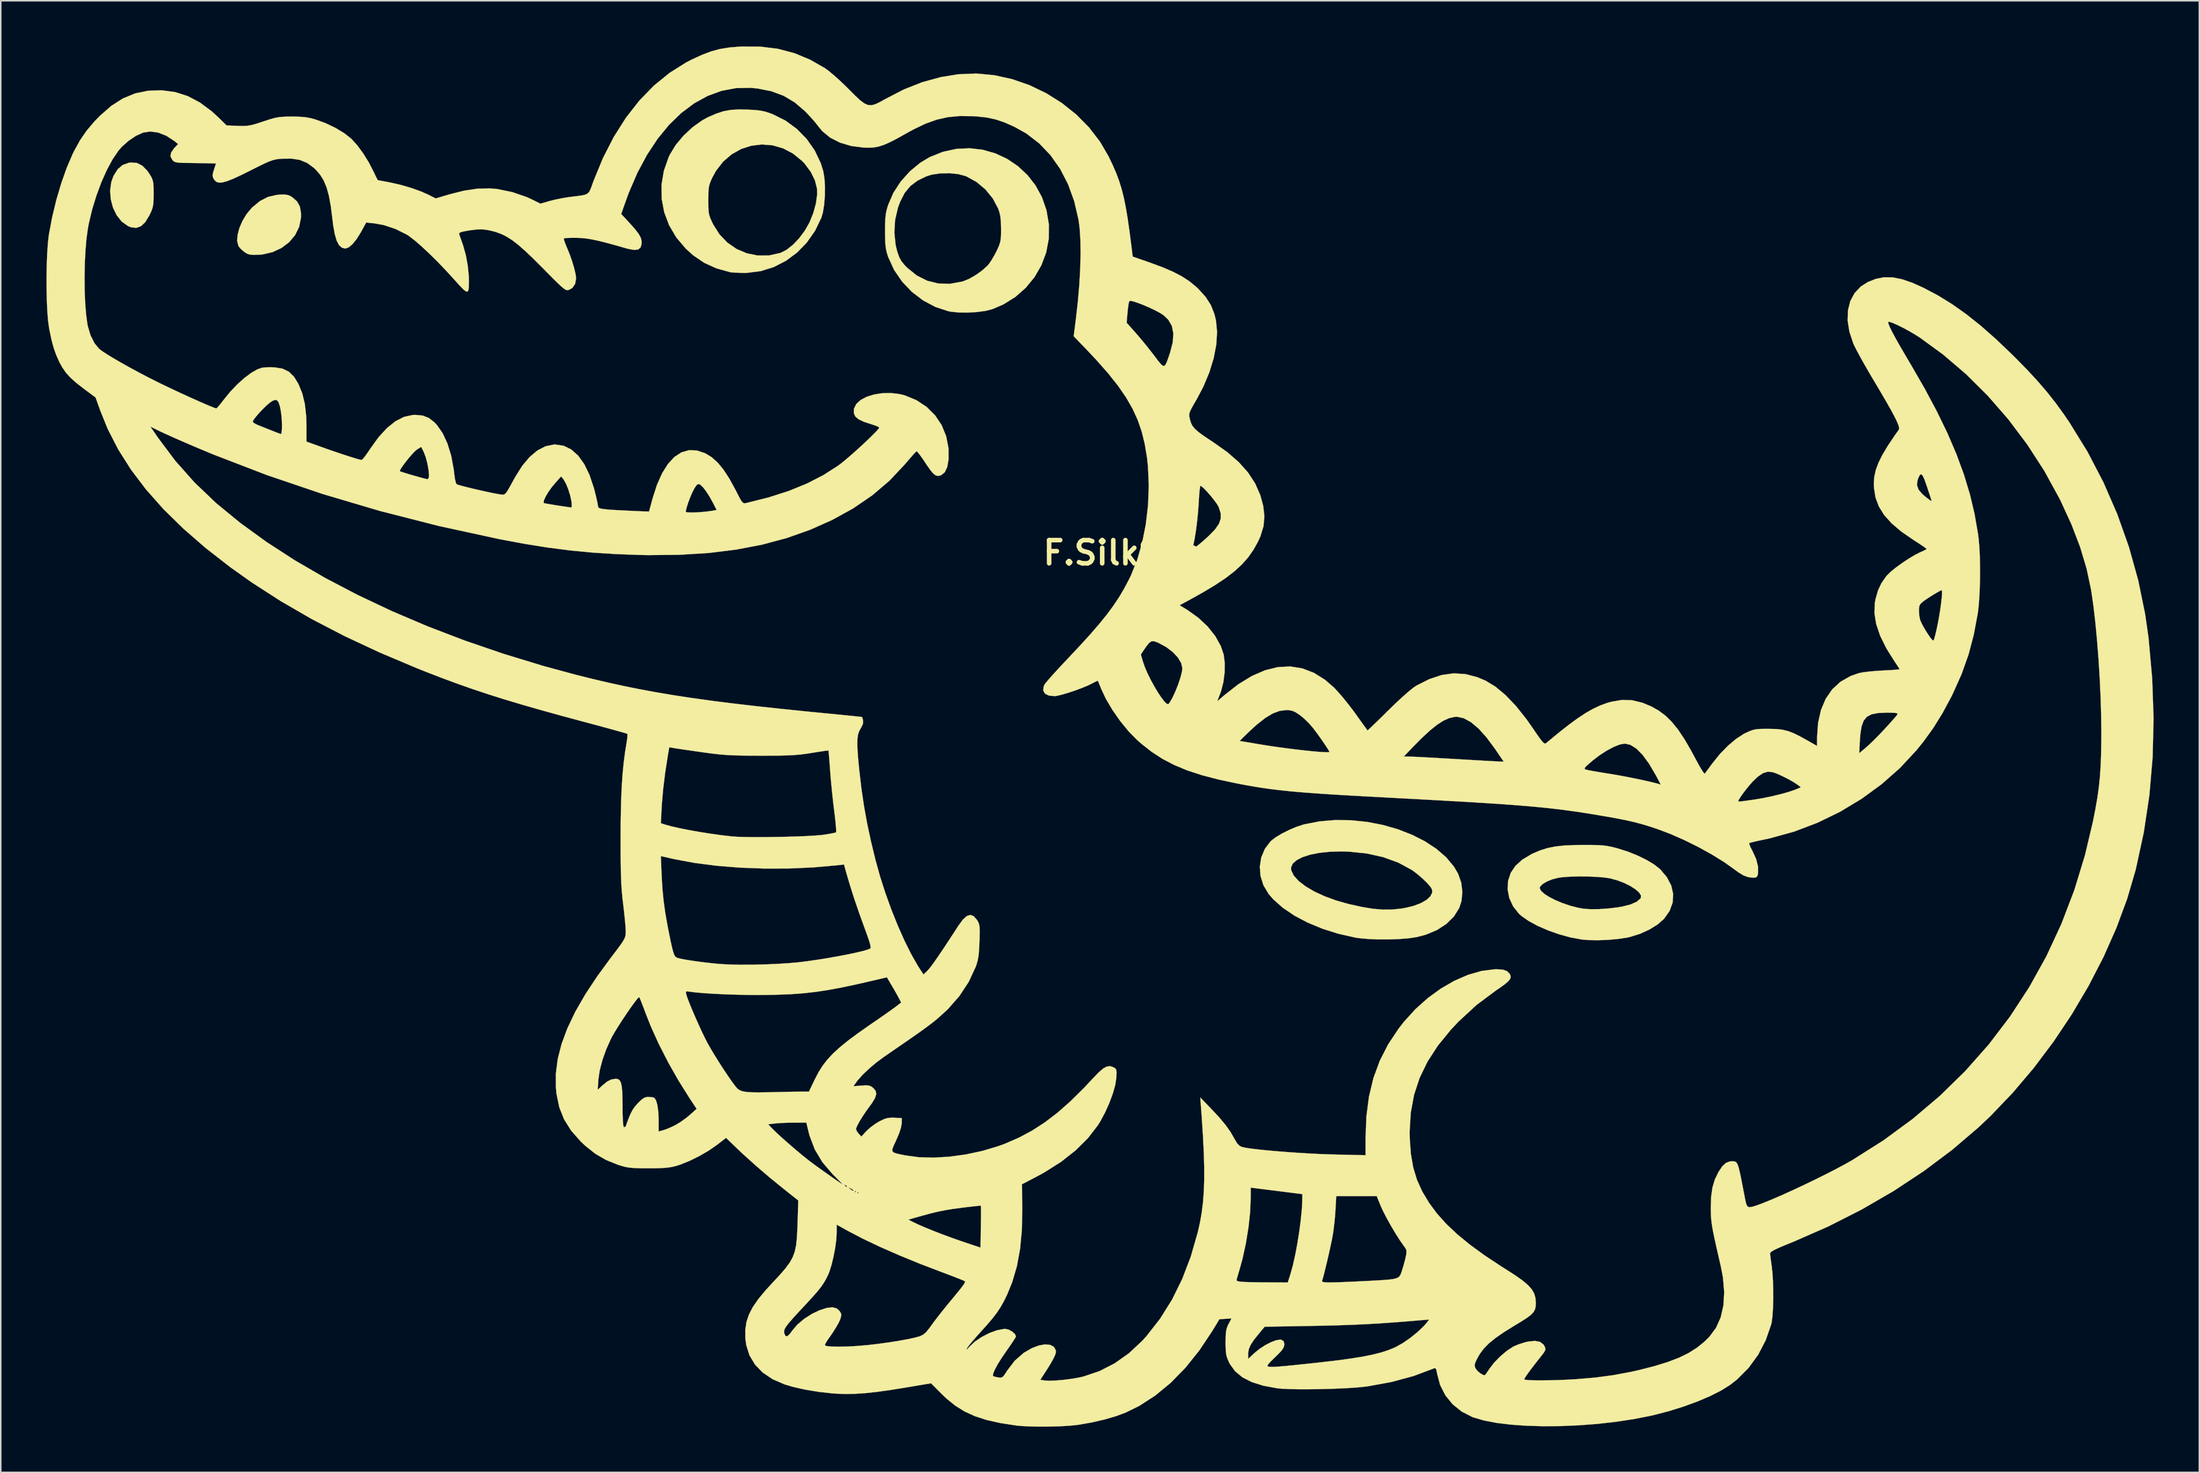
<source format=kicad_pcb>
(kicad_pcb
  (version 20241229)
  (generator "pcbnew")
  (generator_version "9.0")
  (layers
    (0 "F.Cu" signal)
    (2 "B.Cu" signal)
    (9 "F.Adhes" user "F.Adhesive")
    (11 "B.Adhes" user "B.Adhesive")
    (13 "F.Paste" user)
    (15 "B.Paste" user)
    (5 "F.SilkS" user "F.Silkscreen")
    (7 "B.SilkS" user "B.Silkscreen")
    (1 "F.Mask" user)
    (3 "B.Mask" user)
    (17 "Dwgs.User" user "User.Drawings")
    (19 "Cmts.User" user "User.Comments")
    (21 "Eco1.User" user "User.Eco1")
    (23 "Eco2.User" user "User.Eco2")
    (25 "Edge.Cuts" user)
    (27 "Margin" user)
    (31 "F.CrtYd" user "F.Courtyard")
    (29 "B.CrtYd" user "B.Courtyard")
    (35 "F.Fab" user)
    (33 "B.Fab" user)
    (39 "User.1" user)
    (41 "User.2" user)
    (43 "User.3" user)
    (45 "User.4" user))
  (footprint "F.SilkS_g11"
    (layer "F.Cu")
    (at 72.016 33.255)
    (property "Reference" "F.SilkS_g11" (at 0 0 0) (layer "F.SilkS") (effects (font (size 1.524 1.524) (thickness 0.3))))
    (attr through_hole)
    (fp_poly (pts (xy -66.078 -25.602) (xy -65.726 -25.426) (xy -65.403 -25.095) (xy -65.238 -24.855) (xy -65.12 -24.653) (xy -65.046 -24.477) (xy -65.004 -24.278) (xy -64.986 -24.009) (xy -64.982 -23.623) (xy -64.982 -23.585) (xy -64.986 -23.18) (xy -65.005 -22.89) (xy -65.051 -22.659) (xy -65.134 -22.432) (xy -65.263 -22.159) (xy -65.527 -21.722) (xy -65.814 -21.449) (xy -66.13 -21.338) (xy -66.483 -21.384) (xy -66.675 -21.465) (xy -67.081 -21.758) (xy -67.41 -22.173) (xy -67.652 -22.675) (xy -67.798 -23.229) (xy -67.837 -23.802) (xy -67.76 -24.359) (xy -67.614 -24.758) (xy -67.343 -25.188) (xy -67.019 -25.468) (xy -66.62 -25.613) (xy -66.474 -25.633) (xy -66.078 -25.602)) (stroke (width 0.01) (type solid)) (fill yes) (layer "F.SilkS"))
    (fp_poly (pts (xy -56.172 -23.499) (xy -55.983 -23.417) (xy -55.88 -23.352) (xy -55.567 -23.075) (xy -55.381 -22.735) (xy -55.308 -22.302) (xy -55.313 -21.999) (xy -55.431 -21.406) (xy -55.695 -20.868) (xy -56.086 -20.401) (xy -56.585 -20.022) (xy -57.171 -19.748) (xy -57.827 -19.596) (xy -58.081 -19.574) (xy -58.427 -19.565) (xy -58.661 -19.584) (xy -58.839 -19.641) (xy -59.011 -19.744) (xy -59.229 -19.924) (xy -59.395 -20.116) (xy -59.417 -20.153) (xy -59.499 -20.47) (xy -59.473 -20.873) (xy -59.354 -21.326) (xy -59.152 -21.796) (xy -58.881 -22.246) (xy -58.552 -22.643) (xy -58.512 -22.683) (xy -57.998 -23.106) (xy -57.469 -23.376) (xy -56.893 -23.507) (xy -56.727 -23.521) (xy -56.398 -23.529) (xy -56.172 -23.499)) (stroke (width 0.01) (type solid)) (fill yes) (layer "F.SilkS"))
    (fp_poly (pts (xy 13.63 17.565) (xy 14.677 17.675) (xy 15.703 17.874) (xy 16.688 18.157) (xy 17.615 18.518) (xy 18.465 18.949) (xy 19.22 19.447) (xy 19.861 20.004) (xy 20.369 20.616) (xy 20.633 21.066) (xy 20.84 21.649) (xy 20.917 22.264) (xy 20.862 22.863) (xy 20.716 23.318) (xy 20.365 23.883) (xy 19.873 24.371) (xy 19.253 24.774) (xy 18.52 25.08) (xy 17.923 25.237) (xy 17.413 25.314) (xy 16.787 25.366) (xy 16.094 25.391) (xy 15.386 25.39) (xy 14.713 25.362) (xy 14.126 25.306) (xy 13.885 25.269) (xy 12.784 25.021) (xy 11.738 24.691) (xy 10.767 24.289) (xy 9.892 23.827) (xy 9.131 23.312) (xy 8.506 22.757) (xy 8.192 22.392) (xy 7.859 21.831) (xy 7.67 21.228) (xy 7.627 20.67) (xy 9.671 20.67) (xy 9.682 20.849) (xy 9.851 21.199) (xy 10.172 21.554) (xy 10.627 21.905) (xy 11.199 22.242) (xy 11.871 22.554) (xy 12.626 22.831) (xy 13.446 23.063) (xy 13.477 23.071) (xy 14.32 23.257) (xy 15.045 23.377) (xy 15.691 23.434) (xy 16.296 23.429) (xy 16.897 23.367) (xy 17.135 23.328) (xy 17.703 23.193) (xy 18.185 23.011) (xy 18.563 22.795) (xy 18.821 22.556) (xy 18.941 22.305) (xy 18.928 22.115) (xy 18.823 21.938) (xy 18.613 21.694) (xy 18.332 21.418) (xy 18.014 21.14) (xy 17.694 20.895) (xy 17.587 20.822) (xy 16.711 20.347) (xy 15.721 19.987) (xy 14.629 19.745) (xy 13.448 19.625) (xy 12.996 19.611) (xy 12.231 19.632) (xy 11.539 19.704) (xy 10.933 19.824) (xy 10.429 19.986) (xy 10.041 20.185) (xy 9.784 20.415) (xy 9.671 20.67) (xy 7.627 20.67) (xy 7.623 20.611) (xy 7.717 20.009) (xy 7.951 19.448) (xy 8.323 18.956) (xy 8.36 18.92) (xy 8.654 18.69) (xy 9.064 18.443) (xy 9.54 18.203) (xy 10.036 17.994) (xy 10.501 17.842) (xy 10.544 17.83) (xy 11.545 17.637) (xy 12.58 17.55) (xy 13.63 17.565)) (stroke (width 0.01) (type solid)) (fill yes) (layer "F.SilkS"))
    (fp_poly (pts (xy 29.381 19.188) (xy 29.805 19.197) (xy 30.141 19.218) (xy 30.431 19.255) (xy 30.717 19.312) (xy 31.038 19.393) (xy 31.115 19.414) (xy 31.77 19.621) (xy 32.413 19.879) (xy 33.006 20.169) (xy 33.51 20.472) (xy 33.887 20.769) (xy 33.895 20.776) (xy 34.341 21.303) (xy 34.628 21.852) (xy 34.754 22.412) (xy 34.72 22.97) (xy 34.524 23.512) (xy 34.165 24.025) (xy 34.156 24.035) (xy 33.742 24.402) (xy 33.203 24.738) (xy 32.584 25.02) (xy 31.928 25.227) (xy 31.728 25.271) (xy 31.139 25.361) (xy 30.474 25.42) (xy 29.794 25.445) (xy 29.165 25.433) (xy 28.744 25.395) (xy 28.025 25.262) (xy 27.284 25.06) (xy 26.556 24.804) (xy 25.876 24.509) (xy 25.279 24.187) (xy 24.8 23.855) (xy 24.629 23.702) (xy 24.248 23.22) (xy 23.998 22.676) (xy 23.887 22.103) (xy 23.893 22.013) (xy 25.993 22.013) (xy 26.071 22.19) (xy 26.288 22.39) (xy 26.616 22.603) (xy 27.03 22.813) (xy 27.502 23.01) (xy 28.005 23.18) (xy 28.514 23.311) (xy 28.869 23.374) (xy 29.328 23.407) (xy 29.894 23.4) (xy 30.512 23.358) (xy 31.126 23.282) (xy 31.4 23.236) (xy 31.955 23.096) (xy 32.361 22.916) (xy 32.61 22.699) (xy 32.628 22.673) (xy 32.642 22.506) (xy 32.516 22.309) (xy 32.274 22.096) (xy 31.94 21.881) (xy 31.536 21.681) (xy 31.086 21.509) (xy 30.614 21.381) (xy 30.607 21.379) (xy 30.216 21.321) (xy 29.706 21.281) (xy 29.128 21.259) (xy 28.53 21.255) (xy 27.963 21.271) (xy 27.477 21.306) (xy 27.215 21.343) (xy 26.827 21.441) (xy 26.477 21.582) (xy 26.199 21.744) (xy 26.029 21.909) (xy 25.993 22.013) (xy 23.893 22.013) (xy 23.921 21.531) (xy 24.096 21.013) (xy 24.404 20.554) (xy 24.849 20.152) (xy 25.444 19.796) (xy 25.582 19.729) (xy 26.043 19.535) (xy 26.508 19.39) (xy 27.01 19.289) (xy 27.585 19.225) (xy 28.269 19.193) (xy 28.829 19.187) (xy 29.381 19.188)) (stroke (width 0.01) (type solid)) (fill yes) (layer "F.SilkS"))
    (fp_poly (pts (xy -25.982 -29.107) (xy -25.514 -29.081) (xy -25.156 -29.041) (xy -24.849 -28.976) (xy -24.535 -28.874) (xy -24.342 -28.801) (xy -23.514 -28.388) (xy -22.768 -27.841) (xy -22.121 -27.18) (xy -21.591 -26.425) (xy -21.197 -25.596) (xy -21.031 -25.064) (xy -20.954 -24.604) (xy -20.919 -24.051) (xy -20.925 -23.459) (xy -20.97 -22.88) (xy -21.052 -22.367) (xy -21.155 -22.006) (xy -21.571 -21.144) (xy -22.108 -20.378) (xy -22.749 -19.718) (xy -23.477 -19.178) (xy -24.277 -18.768) (xy -25.132 -18.5) (xy -26.026 -18.385) (xy -26.281 -18.382) (xy -26.626 -18.391) (xy -26.922 -18.406) (xy -27.113 -18.424) (xy -27.136 -18.428) (xy -28.047 -18.681) (xy -28.848 -19.046) (xy -29.572 -19.539) (xy -30.058 -19.979) (xy -30.679 -20.713) (xy -31.15 -21.515) (xy -31.471 -22.368) (xy -31.618 -23.152) (xy -28.575 -23.152) (xy -28.572 -22.736) (xy -28.558 -22.438) (xy -28.521 -22.207) (xy -28.452 -21.992) (xy -28.34 -21.743) (xy -28.257 -21.572) (xy -27.844 -20.915) (xy -27.324 -20.372) (xy -26.717 -19.953) (xy -26.045 -19.668) (xy -25.328 -19.523) (xy -24.587 -19.529) (xy -23.843 -19.695) (xy -23.829 -19.7) (xy -23.431 -19.904) (xy -23.012 -20.238) (xy -22.602 -20.672) (xy -22.232 -21.172) (xy -21.941 -21.685) (xy -21.684 -22.316) (xy -21.511 -22.948) (xy -21.432 -23.535) (xy -21.441 -23.914) (xy -21.576 -24.455) (xy -21.849 -25.011) (xy -22.237 -25.539) (xy -22.413 -25.727) (xy -23.016 -26.22) (xy -23.672 -26.564) (xy -24.361 -26.762) (xy -25.063 -26.817) (xy -25.758 -26.734) (xy -26.426 -26.517) (xy -27.047 -26.167) (xy -27.601 -25.69) (xy -28.068 -25.089) (xy -28.304 -24.66) (xy -28.425 -24.394) (xy -28.503 -24.173) (xy -28.548 -23.947) (xy -28.569 -23.666) (xy -28.575 -23.28) (xy -28.575 -23.152) (xy -31.618 -23.152) (xy -31.637 -23.257) (xy -31.647 -24.164) (xy -31.497 -25.073) (xy -31.185 -25.967) (xy -31.099 -26.151) (xy -30.715 -26.783) (xy -30.204 -27.396) (xy -29.61 -27.95) (xy -28.972 -28.405) (xy -28.614 -28.599) (xy -28.075 -28.836) (xy -27.594 -28.995) (xy -27.113 -29.085) (xy -26.577 -29.118) (xy -25.982 -29.107)) (stroke (width 0.01) (type solid)) (fill yes) (layer "F.SilkS"))
    (fp_poly (pts (xy -10.553 -26.467) (xy -9.732 -26.231) (xy -8.961 -25.871) (xy -8.255 -25.394) (xy -7.628 -24.81) (xy -7.097 -24.127) (xy -6.676 -23.354) (xy -6.379 -22.499) (xy -6.222 -21.57) (xy -6.219 -21.523) (xy -6.23 -20.609) (xy -6.399 -19.723) (xy -6.715 -18.883) (xy -7.165 -18.104) (xy -7.739 -17.405) (xy -8.424 -16.801) (xy -9.211 -16.311) (xy -9.935 -16) (xy -10.382 -15.887) (xy -10.936 -15.812) (xy -11.538 -15.776) (xy -12.129 -15.782) (xy -12.649 -15.834) (xy -12.827 -15.868) (xy -13.686 -16.152) (xy -14.491 -16.583) (xy -15.222 -17.143) (xy -15.857 -17.812) (xy -16.378 -18.572) (xy -16.761 -19.404) (xy -16.78 -19.457) (xy -16.865 -19.731) (xy -16.922 -19.996) (xy -16.956 -20.297) (xy -16.972 -20.68) (xy -16.975 -21.024) (xy -16.365 -21.024) (xy -16.278 -20.201) (xy -16.17 -19.77) (xy -16.047 -19.423) (xy -15.903 -19.156) (xy -15.696 -18.9) (xy -15.504 -18.705) (xy -14.885 -18.208) (xy -14.206 -17.867) (xy -13.478 -17.686) (xy -12.711 -17.667) (xy -11.914 -17.813) (xy -11.853 -17.83) (xy -11.45 -17.996) (xy -11.007 -18.251) (xy -10.586 -18.554) (xy -10.246 -18.865) (xy -10.163 -18.962) (xy -9.993 -19.209) (xy -9.8 -19.538) (xy -9.63 -19.867) (xy -9.502 -20.151) (xy -9.422 -20.384) (xy -9.379 -20.622) (xy -9.362 -20.921) (xy -9.361 -21.294) (xy -9.373 -21.76) (xy -9.41 -22.113) (xy -9.48 -22.409) (xy -9.55 -22.606) (xy -9.901 -23.269) (xy -10.385 -23.862) (xy -10.971 -24.355) (xy -11.629 -24.717) (xy -11.684 -24.739) (xy -12.176 -24.872) (xy -12.756 -24.931) (xy -13.358 -24.918) (xy -13.919 -24.833) (xy -14.236 -24.736) (xy -14.836 -24.447) (xy -15.309 -24.092) (xy -15.682 -23.641) (xy -15.979 -23.068) (xy -16.125 -22.675) (xy -16.314 -21.866) (xy -16.365 -21.024) (xy -16.975 -21.024) (xy -16.976 -21.124) (xy -16.971 -21.62) (xy -16.953 -21.995) (xy -16.916 -22.298) (xy -16.853 -22.578) (xy -16.769 -22.856) (xy -16.428 -23.641) (xy -15.945 -24.384) (xy -15.345 -25.055) (xy -14.657 -25.622) (xy -14.039 -25.991) (xy -13.167 -26.339) (xy -12.286 -26.529) (xy -11.41 -26.569) (xy -10.553 -26.467)) (stroke (width 0.01) (type solid)) (fill yes) (layer "F.SilkS"))
    (fp_poly (pts (xy -25.129 -33.24) (xy -23.991 -33.096) (xy -22.919 -32.812) (xy -21.889 -32.383) (xy -20.913 -31.824) (xy -20.659 -31.636) (xy -20.325 -31.357) (xy -19.946 -31.017) (xy -19.558 -30.647) (xy -19.368 -30.457) (xy -18.943 -30.031) (xy -18.608 -29.719) (xy -18.334 -29.514) (xy -18.096 -29.408) (xy -17.864 -29.393) (xy -17.611 -29.461) (xy -17.31 -29.605) (xy -16.986 -29.787) (xy -15.753 -30.424) (xy -14.54 -30.906) (xy -13.32 -31.241) (xy -12.171 -31.428) (xy -10.993 -31.477) (xy -9.809 -31.367) (xy -8.637 -31.109) (xy -7.496 -30.713) (xy -6.402 -30.187) (xy -5.374 -29.543) (xy -4.429 -28.789) (xy -3.585 -27.935) (xy -2.86 -26.992) (xy -2.304 -26.035) (xy -2.035 -25.473) (xy -1.808 -24.948) (xy -1.614 -24.432) (xy -1.448 -23.9) (xy -1.304 -23.326) (xy -1.173 -22.682) (xy -1.049 -21.944) (xy -0.927 -21.083) (xy -0.824 -20.289) (xy -0.72 -19.454) (xy 0.426 -19.055) (xy 1.256 -18.747) (xy 1.946 -18.449) (xy 2.524 -18.146) (xy 3.016 -17.822) (xy 3.452 -17.463) (xy 3.606 -17.316) (xy 4.077 -16.79) (xy 4.413 -16.264) (xy 4.641 -15.688) (xy 4.746 -15.255) (xy 4.818 -14.505) (xy 4.766 -13.671) (xy 4.594 -12.778) (xy 4.309 -11.849) (xy 3.916 -10.91) (xy 3.493 -10.105) (xy 3.269 -9.719) (xy 3.119 -9.446) (xy 3.03 -9.254) (xy 2.991 -9.108) (xy 2.993 -8.974) (xy 3.024 -8.819) (xy 3.05 -8.714) (xy 3.114 -8.506) (xy 3.213 -8.32) (xy 3.367 -8.136) (xy 3.598 -7.932) (xy 3.925 -7.691) (xy 4.37 -7.392) (xy 4.572 -7.26) (xy 5.489 -6.611) (xy 6.247 -5.951) (xy 6.854 -5.268) (xy 7.321 -4.55) (xy 7.656 -3.786) (xy 7.846 -3.088) (xy 7.925 -2.396) (xy 7.864 -1.736) (xy 7.657 -1.067) (xy 7.498 -0.72) (xy 7.204 -0.193) (xy 6.863 0.293) (xy 6.459 0.753) (xy 5.975 1.201) (xy 5.394 1.65) (xy 4.701 2.114) (xy 3.879 2.607) (xy 3.022 3.084) (xy 2.361 3.442) (xy 2.889 3.767) (xy 3.598 4.274) (xy 4.209 4.851) (xy 4.704 5.477) (xy 5.064 6.127) (xy 5.25 6.679) (xy 5.321 7.223) (xy 5.314 7.846) (xy 5.234 8.483) (xy 5.087 9.064) (xy 5.048 9.173) (xy 4.828 9.752) (xy 5.314 9.334) (xy 6.22 8.628) (xy 7.105 8.088) (xy 7.967 7.714) (xy 8.806 7.506) (xy 9.62 7.464) (xy 10.407 7.589) (xy 11.168 7.879) (xy 11.899 8.336) (xy 12.489 8.846) (xy 12.761 9.136) (xy 13.092 9.522) (xy 13.445 9.96) (xy 13.784 10.405) (xy 13.883 10.541) (xy 14.151 10.915) (xy 14.382 11.237) (xy 14.56 11.484) (xy 14.667 11.633) (xy 14.69 11.665) (xy 14.752 11.615) (xy 14.917 11.461) (xy 15.167 11.221) (xy 15.486 10.912) (xy 15.855 10.548) (xy 16.053 10.352) (xy 16.541 9.878) (xy 16.991 9.46) (xy 17.383 9.115) (xy 17.697 8.861) (xy 17.883 8.733) (xy 18.735 8.301) (xy 19.55 8.029) (xy 20.34 7.917) (xy 21.12 7.964) (xy 21.902 8.169) (xy 22.437 8.395) (xy 23.083 8.786) (xy 23.748 9.339) (xy 24.427 10.049) (xy 25.113 10.911) (xy 25.522 11.492) (xy 25.81 11.914) (xy 26.021 12.212) (xy 26.171 12.401) (xy 26.276 12.501) (xy 26.351 12.529) (xy 26.411 12.502) (xy 27.196 11.851) (xy 27.881 11.311) (xy 28.484 10.869) (xy 29.024 10.513) (xy 29.517 10.234) (xy 29.982 10.018) (xy 30.437 9.854) (xy 30.688 9.783) (xy 31.393 9.662) (xy 32.067 9.683) (xy 32.748 9.85) (xy 33.322 10.091) (xy 33.805 10.363) (xy 34.249 10.696) (xy 34.668 11.108) (xy 35.08 11.618) (xy 35.498 12.244) (xy 35.939 13.004) (xy 36.204 13.499) (xy 36.407 13.876) (xy 36.585 14.185) (xy 36.725 14.403) (xy 36.809 14.504) (xy 36.825 14.506) (xy 36.899 14.409) (xy 37.046 14.211) (xy 37.238 13.949) (xy 37.315 13.843) (xy 37.805 13.233) (xy 37.874 13.161) (xy 46.963 13.161) (xy 47.404 12.793) (xy 47.634 12.585) (xy 47.938 12.29) (xy 48.278 11.947) (xy 48.613 11.593) (xy 48.624 11.582) (xy 48.916 11.262) (xy 49.169 10.979) (xy 49.359 10.76) (xy 49.462 10.632) (xy 49.471 10.619) (xy 49.477 10.562) (xy 49.402 10.526) (xy 49.219 10.506) (xy 48.902 10.499) (xy 48.751 10.499) (xy 48.198 10.523) (xy 47.777 10.606) (xy 47.469 10.769) (xy 47.256 11.031) (xy 47.118 11.41) (xy 47.038 11.925) (xy 47.011 12.298) (xy 46.963 13.161) (xy 37.874 13.161) (xy 38.334 12.686) (xy 38.871 12.23) (xy 39.385 11.895) (xy 39.511 11.831) (xy 39.779 11.709) (xy 40 11.63) (xy 40.224 11.585) (xy 40.501 11.565) (xy 40.882 11.56) (xy 41.021 11.56) (xy 41.504 11.572) (xy 41.905 11.614) (xy 42.272 11.7) (xy 42.648 11.842) (xy 43.079 12.054) (xy 43.54 12.309) (xy 44.196 12.684) (xy 44.199 12.12) (xy 44.266 11.166) (xy 44.456 10.32) (xy 44.766 9.586) (xy 45.193 8.968) (xy 45.735 8.47) (xy 46.389 8.096) (xy 46.934 7.904) (xy 47.189 7.853) (xy 47.563 7.804) (xy 48.008 7.762) (xy 48.473 7.732) (xy 48.493 7.731) (xy 48.906 7.71) (xy 49.251 7.688) (xy 49.496 7.667) (xy 49.61 7.651) (xy 49.615 7.648) (xy 49.57 7.567) (xy 49.455 7.388) (xy 49.312 7.176) (xy 48.749 6.28) (xy 48.338 5.448) (xy 48.077 4.671) (xy 47.963 3.943) (xy 47.969 3.816) (xy 50.885 3.816) (xy 50.906 4.117) (xy 50.959 4.387) (xy 50.984 4.462) (xy 51.109 4.723) (xy 51.27 5.013) (xy 51.446 5.296) (xy 51.612 5.54) (xy 51.749 5.71) (xy 51.832 5.771) (xy 51.84 5.767) (xy 51.884 5.66) (xy 51.951 5.422) (xy 52.031 5.09) (xy 52.11 4.721) (xy 52.197 4.258) (xy 52.273 3.793) (xy 52.335 3.355) (xy 52.379 2.973) (xy 52.402 2.677) (xy 52.399 2.497) (xy 52.38 2.455) (xy 52.275 2.498) (xy 52.071 2.61) (xy 51.811 2.765) (xy 51.537 2.937) (xy 51.292 3.101) (xy 51.169 3.19) (xy 50.993 3.345) (xy 50.909 3.502) (xy 50.885 3.736) (xy 50.885 3.816) (xy 47.969 3.816) (xy 47.995 3.257) (xy 48.04 3.025) (xy 48.204 2.459) (xy 48.421 1.995) (xy 48.723 1.563) (xy 48.811 1.459) (xy 49.048 1.229) (xy 49.393 0.952) (xy 49.802 0.656) (xy 50.234 0.371) (xy 50.644 0.128) (xy 50.989 -0.046) (xy 51.017 -0.057) (xy 51.235 -0.155) (xy 51.369 -0.231) (xy 51.39 -0.254) (xy 51.322 -0.313) (xy 51.138 -0.443) (xy 50.867 -0.624) (xy 50.536 -0.837) (xy 50.535 -0.838) (xy 49.736 -1.388) (xy 49.096 -1.931) (xy 48.605 -2.477) (xy 48.254 -3.043) (xy 48.032 -3.64) (xy 47.932 -4.282) (xy 47.927 -4.452) (xy 50.754 -4.452) (xy 50.857 -4.155) (xy 51.11 -3.852) (xy 51.334 -3.663) (xy 51.557 -3.493) (xy 51.673 -3.412) (xy 51.712 -3.408) (xy 51.702 -3.466) (xy 51.694 -3.493) (xy 51.655 -3.614) (xy 51.576 -3.856) (xy 51.468 -4.18) (xy 51.387 -4.423) (xy 51.243 -4.826) (xy 51.128 -5.07) (xy 51.031 -5.163) (xy 50.941 -5.109) (xy 50.847 -4.916) (xy 50.793 -4.762) (xy 50.754 -4.452) (xy 47.927 -4.452) (xy 47.923 -4.566) (xy 47.955 -4.998) (xy 48.053 -5.44) (xy 48.228 -5.913) (xy 48.488 -6.436) (xy 48.843 -7.031) (xy 49.303 -7.716) (xy 49.571 -8.094) (xy 49.588 -8.188) (xy 49.55 -8.355) (xy 49.449 -8.604) (xy 49.282 -8.947) (xy 49.043 -9.393) (xy 48.726 -9.952) (xy 48.327 -10.635) (xy 47.936 -11.291) (xy 47.616 -11.833) (xy 47.311 -12.364) (xy 47.036 -12.854) (xy 46.809 -13.277) (xy 46.643 -13.602) (xy 46.577 -13.748) (xy 46.321 -14.516) (xy 46.205 -15.245) (xy 46.225 -15.919) (xy 46.378 -16.527) (xy 46.661 -17.055) (xy 47.071 -17.489) (xy 47.529 -17.781) (xy 48.061 -17.992) (xy 48.596 -18.096) (xy 49.158 -18.089) (xy 49.77 -17.968) (xy 50.456 -17.732) (xy 51.181 -17.406) (xy 52.125 -16.907) (xy 53.053 -16.336) (xy 53.982 -15.679) (xy 54.934 -14.921) (xy 55.925 -14.049) (xy 56.976 -13.046) (xy 57.237 -12.788) (xy 58.018 -11.989) (xy 58.695 -11.256) (xy 59.297 -10.554) (xy 59.855 -9.846) (xy 60.399 -9.096) (xy 60.77 -8.551) (xy 61.948 -6.639) (xy 62.994 -4.631) (xy 63.902 -2.543) (xy 64.665 -0.392) (xy 65.278 1.805) (xy 65.734 4.031) (xy 65.955 5.585) (xy 66.196 8.266) (xy 66.286 10.878) (xy 66.224 13.426) (xy 66.011 15.918) (xy 65.644 18.36) (xy 65.125 20.76) (xy 65.108 20.828) (xy 64.554 22.721) (xy 63.847 24.633) (xy 62.999 26.547) (xy 62.02 28.443) (xy 60.923 30.302) (xy 59.72 32.105) (xy 58.421 33.833) (xy 57.038 35.467) (xy 55.583 36.988) (xy 54.787 37.742) (xy 53.064 39.212) (xy 51.201 40.608) (xy 49.216 41.918) (xy 47.125 43.131) (xy 44.945 44.238) (xy 42.694 45.227) (xy 42.545 45.288) (xy 42.02 45.502) (xy 41.635 45.668) (xy 41.371 45.794) (xy 41.209 45.892) (xy 41.13 45.969) (xy 41.115 46.026) (xy 41.131 46.184) (xy 41.166 46.455) (xy 41.212 46.787) (xy 41.221 46.851) (xy 41.272 47.314) (xy 41.305 47.863) (xy 41.321 48.458) (xy 41.321 49.061) (xy 41.304 49.633) (xy 41.271 50.133) (xy 41.222 50.524) (xy 41.191 50.668) (xy 40.831 51.709) (xy 40.332 52.669) (xy 39.703 53.532) (xy 38.955 54.284) (xy 38.477 54.658) (xy 37.899 55.019) (xy 37.181 55.381) (xy 36.353 55.734) (xy 35.445 56.067) (xy 34.484 56.367) (xy 33.501 56.624) (xy 33.251 56.681) (xy 32.147 56.897) (xy 30.989 57.072) (xy 29.798 57.207) (xy 28.594 57.299) (xy 27.401 57.351) (xy 26.239 57.361) (xy 25.129 57.33) (xy 24.095 57.257) (xy 23.156 57.142) (xy 22.335 56.985) (xy 21.653 56.786) (xy 21.564 56.752) (xy 20.869 56.396) (xy 20.276 55.916) (xy 19.801 55.331) (xy 19.458 54.659) (xy 19.262 53.919) (xy 19.26 53.906) (xy 19.212 53.663) (xy 19.156 53.556) (xy 19.071 53.555) (xy 19.061 53.559) (xy 17.726 54.061) (xy 16.273 54.455) (xy 14.696 54.743) (xy 14.653 54.749) (xy 14.202 54.799) (xy 13.631 54.843) (xy 12.974 54.879) (xy 12.263 54.906) (xy 11.531 54.925) (xy 10.811 54.934) (xy 10.135 54.933) (xy 9.537 54.92) (xy 9.049 54.897) (xy 8.763 54.869) (xy 7.856 54.702) (xy 7.097 54.463) (xy 6.482 54.148) (xy 6.005 53.754) (xy 5.66 53.279) (xy 5.618 53.197) (xy 5.504 52.947) (xy 5.432 52.727) (xy 5.417 52.628) (xy 6.858 52.628) (xy 6.858 52.94) (xy 7.284 52.542) (xy 7.608 52.278) (xy 7.976 52.039) (xy 8.349 51.846) (xy 8.687 51.717) (xy 8.951 51.674) (xy 9.019 51.682) (xy 9.173 51.759) (xy 9.226 51.922) (xy 9.229 51.996) (xy 9.206 52.143) (xy 9.124 52.299) (xy 8.961 52.497) (xy 8.694 52.765) (xy 8.624 52.832) (xy 8.349 53.1) (xy 8.187 53.278) (xy 8.125 53.383) (xy 8.149 53.436) (xy 8.179 53.447) (xy 8.274 53.461) (xy 8.415 53.466) (xy 8.618 53.46) (xy 8.899 53.441) (xy 9.275 53.409) (xy 9.761 53.362) (xy 10.374 53.298) (xy 11.13 53.217) (xy 11.642 53.161) (xy 12.693 53.038) (xy 13.594 52.916) (xy 14.362 52.792) (xy 15.016 52.661) (xy 15.575 52.52) (xy 16.055 52.365) (xy 16.477 52.192) (xy 16.552 52.156) (xy 17.013 51.897) (xy 17.507 51.555) (xy 17.98 51.173) (xy 18.38 50.791) (xy 18.559 50.586) (xy 18.743 50.352) (xy 18.071 50.41) (xy 16.875 50.509) (xy 15.794 50.588) (xy 14.777 50.65) (xy 13.769 50.698) (xy 12.719 50.735) (xy 11.574 50.763) (xy 11.062 50.772) (xy 7.942 50.827) (xy 7.527 51.326) (xy 7.219 51.716) (xy 7.017 52.026) (xy 6.904 52.292) (xy 6.86 52.549) (xy 6.858 52.628) (xy 5.417 52.628) (xy 5.394 52.481) (xy 5.379 52.158) (xy 5.376 51.858) (xy 5.382 51.441) (xy 5.405 51.146) (xy 5.451 50.923) (xy 5.53 50.726) (xy 5.571 50.647) (xy 5.766 50.282) (xy 4.972 50.334) (xy 4.51 51.096) (xy 3.661 52.374) (xy 2.75 53.511) (xy 1.782 54.504) (xy 0.762 55.346) (xy -0.302 56.033) (xy -1.191 56.469) (xy -1.822 56.702) (xy -2.57 56.92) (xy -3.381 57.108) (xy -4.204 57.254) (xy -4.403 57.282) (xy -4.907 57.332) (xy -5.521 57.367) (xy -6.195 57.385) (xy -6.88 57.388) (xy -7.527 57.373) (xy -8.087 57.342) (xy -8.382 57.312) (xy -9.413 57.152) (xy -10.303 56.953) (xy -11.075 56.703) (xy -11.756 56.392) (xy -12.37 56.009) (xy -12.943 55.545) (xy -13.222 55.278) (xy -13.956 54.541) (xy -15.677 54.831) (xy -16.669 54.99) (xy -17.526 55.109) (xy -18.275 55.189) (xy -18.947 55.234) (xy -19.569 55.244) (xy -20.169 55.223) (xy -20.489 55.199) (xy -21.361 55.101) (xy -22.211 54.959) (xy -22.99 54.785) (xy -23.584 54.609) (xy -24.361 54.27) (xy -25.004 53.837) (xy -25.509 53.315) (xy -25.872 52.71) (xy -26.088 52.027) (xy -26.145 51.584) (xy -26.147 51.206) (xy -23.6 51.206) (xy -23.589 51.259) (xy -23.511 51.432) (xy -23.397 51.452) (xy -23.239 51.317) (xy -23.072 51.089) (xy -22.735 50.69) (xy -22.277 50.304) (xy -21.744 49.966) (xy -21.272 49.744) (xy -20.794 49.59) (xy -20.426 49.549) (xy -20.149 49.623) (xy -19.964 49.79) (xy -19.866 49.945) (xy -19.848 50.089) (xy -19.902 50.297) (xy -19.92 50.35) (xy -20.022 50.572) (xy -20.196 50.878) (xy -20.411 51.217) (xy -20.519 51.375) (xy -20.737 51.687) (xy -20.865 51.888) (xy -20.916 52.005) (xy -20.9 52.063) (xy -20.827 52.091) (xy -20.808 52.095) (xy -20.489 52.129) (xy -20.036 52.14) (xy -19.485 52.129) (xy -18.871 52.096) (xy -18.227 52.043) (xy -18.076 52.027) (xy -17.4 51.948) (xy -16.726 51.855) (xy -16.087 51.754) (xy -15.516 51.65) (xy -15.046 51.55) (xy -14.709 51.458) (xy -14.69 51.452) (xy -14.473 51.349) (xy -14.276 51.18) (xy -14.057 50.908) (xy -13.976 50.793) (xy -13.777 50.518) (xy -13.502 50.159) (xy -13.187 49.759) (xy -12.866 49.363) (xy -12.829 49.318) (xy -12.443 48.852) (xy -12.154 48.498) (xy -11.95 48.241) (xy -11.819 48.063) (xy -11.748 47.947) (xy -11.726 47.878) (xy -11.74 47.839) (xy -11.745 47.834) (xy -11.842 47.787) (xy -12.072 47.693) (xy -12.407 47.561) (xy -12.822 47.402) (xy -13.25 47.242) (xy -14.691 46.69) (xy -16.043 46.136) (xy -17.288 45.59) (xy -18.406 45.059) (xy -19.378 44.553) (xy -19.452 44.512) (xy -20.151 44.123) (xy -20.151 44.675) (xy -20.177 45.118) (xy -20.248 45.646) (xy -20.353 46.204) (xy -20.48 46.736) (xy -20.619 47.187) (xy -20.698 47.385) (xy -20.836 47.67) (xy -20.984 47.931) (xy -21.163 48.194) (xy -21.392 48.485) (xy -21.693 48.831) (xy -22.085 49.259) (xy -22.285 49.473) (xy -22.724 49.944) (xy -23.058 50.312) (xy -23.3 50.593) (xy -23.462 50.805) (xy -23.558 50.967) (xy -23.599 51.094) (xy -23.6 51.206) (xy -26.147 51.206) (xy -26.148 51.043) (xy -26.077 50.54) (xy -25.92 50.052) (xy -25.667 49.555) (xy -25.305 49.026) (xy -24.823 48.442) (xy -24.374 47.951) (xy -23.895 47.437) (xy -23.523 47.008) (xy -23.242 46.63) (xy -23.04 46.27) (xy -22.901 45.894) (xy -22.812 45.468) (xy -22.759 44.958) (xy -22.727 44.331) (xy -22.715 43.98) (xy -22.709 43.794) (xy -15.441 43.794) (xy -15.192 43.924) (xy -14.843 44.092) (xy -14.37 44.298) (xy -13.81 44.527) (xy -13.2 44.764) (xy -12.576 44.995) (xy -11.976 45.205) (xy -11.938 45.218) (xy -10.71 45.631) (xy -10.687 44.267) (xy -10.681 43.806) (xy -10.678 43.408) (xy -10.678 43.103) (xy -10.682 42.92) (xy -10.687 42.88) (xy -10.775 42.882) (xy -11 42.903) (xy -11.335 42.94) (xy -11.748 42.989) (xy -11.973 43.018) (xy -12.539 43.094) (xy -13.032 43.175) (xy -13.503 43.27) (xy -14.004 43.391) (xy -14.583 43.548) (xy -14.981 43.661) (xy -15.441 43.794) (xy -22.709 43.794) (xy -22.67 42.536) (xy -23.299 42.037) (xy -18.796 42.037) (xy -18.754 42.079) (xy -18.711 42.037) (xy -18.754 41.995) (xy -18.796 42.037) (xy -23.299 42.037) (xy -23.405 41.952) (xy -18.965 41.952) (xy -18.923 41.995) (xy -18.881 41.952) (xy -18.923 41.91) (xy -18.965 41.952) (xy -23.405 41.952) (xy -23.675 41.738) (xy -23.747 41.679) (xy -19.37 41.679) (xy -19.356 41.706) (xy -19.267 41.778) (xy -19.116 41.889) (xy -19.056 41.899) (xy -19.05 41.871) (xy -19.116 41.809) (xy -19.241 41.739) (xy -19.37 41.679) (xy -23.747 41.679) (xy -23.953 41.511) (xy -19.629 41.511) (xy -19.608 41.558) (xy -19.523 41.649) (xy -19.474 41.63) (xy -19.473 41.619) (xy -19.533 41.547) (xy -19.571 41.521) (xy -19.629 41.511) (xy -23.953 41.511) (xy -24.576 41.003) (xy -25.47 40.236) (xy -26.307 39.482) (xy -26.849 38.968) (xy -27.409 38.423) (xy -28.025 38.898) (xy -28.558 39.267) (xy -29.175 39.624) (xy -29.817 39.94) (xy -30.428 40.185) (xy -30.734 40.28) (xy -31.038 40.347) (xy -31.39 40.391) (xy -31.827 40.415) (xy -32.385 40.423) (xy -32.554 40.423) (xy -33.069 40.418) (xy -33.456 40.404) (xy -33.759 40.378) (xy -34.018 40.333) (xy -34.276 40.264) (xy -34.502 40.192) (xy -35.288 39.876) (xy -35.99 39.468) (xy -36.657 38.939) (xy -36.961 38.651) (xy -37.579 37.947) (xy -38.04 37.212) (xy -38.356 36.42) (xy -38.538 35.544) (xy -38.566 35.264) (xy -35.835 35.264) (xy -35.549 34.999) (xy -35.227 34.734) (xy -34.947 34.59) (xy -34.664 34.544) (xy -34.643 34.544) (xy -34.496 34.568) (xy -34.385 34.652) (xy -34.305 34.816) (xy -34.252 35.08) (xy -34.221 35.462) (xy -34.207 35.982) (xy -34.205 36.372) (xy -34.2 36.879) (xy -34.184 37.285) (xy -34.16 37.569) (xy -34.128 37.709) (xy -34.12 37.719) (xy -34.022 37.705) (xy -33.996 37.661) (xy -33.823 37.185) (xy -33.676 36.833) (xy -33.533 36.565) (xy -33.374 36.342) (xy -33.195 36.142) (xy -32.953 35.909) (xy -32.767 35.782) (xy -32.59 35.734) (xy -32.506 35.731) (xy -32.28 35.749) (xy -32.125 35.791) (xy -32.119 35.794) (xy -32.01 35.951) (xy -31.922 36.248) (xy -31.863 36.659) (xy -31.836 37.156) (xy -31.835 37.268) (xy -31.835 38.002) (xy -31.517 37.916) (xy -31.266 37.827) (xy -30.95 37.69) (xy -30.72 37.576) (xy -30.648 37.532) (xy -24.648 37.532) (xy -24.326 37.865) (xy -24.07 38.115) (xy -23.716 38.438) (xy -23.3 38.805) (xy -22.858 39.186) (xy -22.423 39.549) (xy -22.032 39.865) (xy -21.857 40.001) (xy -21.648 40.155) (xy -21.366 40.36) (xy -21.04 40.593) (xy -20.698 40.835) (xy -20.371 41.066) (xy -20.086 41.263) (xy -19.874 41.408) (xy -19.763 41.479) (xy -19.755 41.483) (xy -19.804 41.428) (xy -19.951 41.277) (xy -20.171 41.053) (xy -20.434 40.788) (xy -21.088 40.019) (xy -21.587 39.185) (xy -21.93 38.282) (xy -21.994 38.037) (xy -22.14 37.424) (xy -22.945 37.424) (xy -23.362 37.43) (xy -23.774 37.446) (xy -24.111 37.469) (xy -24.199 37.478) (xy -24.648 37.532) (xy -30.648 37.532) (xy -30.392 37.376) (xy -30.034 37.12) (xy -29.791 36.92) (xy -29.342 36.517) (xy -29.813 35.806) (xy -30.532 34.66) (xy -31.21 33.464) (xy -31.824 32.262) (xy -32.352 31.095) (xy -32.691 30.237) (xy -32.833 29.854) (xy -32.959 29.528) (xy -33.056 29.293) (xy -33.109 29.183) (xy -33.11 29.181) (xy -33.174 29.223) (xy -33.311 29.384) (xy -33.503 29.64) (xy -33.735 29.965) (xy -33.988 30.336) (xy -34.248 30.727) (xy -34.496 31.114) (xy -34.717 31.472) (xy -34.892 31.777) (xy -34.959 31.904) (xy -35.272 32.599) (xy -35.525 33.311) (xy -35.703 33.99) (xy -35.79 34.586) (xy -35.835 35.264) (xy -38.566 35.264) (xy -38.579 35.137) (xy -38.582 34.209) (xy -38.461 33.254) (xy -38.21 32.264) (xy -37.827 31.231) (xy -37.31 30.147) (xy -36.653 29.004) (xy -36.546 28.842) (xy -30.046 28.842) (xy -30.025 28.985) (xy -30.018 29.014) (xy -29.945 29.239) (xy -29.814 29.583) (xy -29.638 30.01) (xy -29.433 30.487) (xy -29.215 30.978) (xy -28.998 31.451) (xy -28.796 31.869) (xy -28.641 32.173) (xy -28.434 32.539) (xy -28.18 32.965) (xy -27.895 33.422) (xy -27.599 33.882) (xy -27.311 34.315) (xy -27.049 34.694) (xy -26.832 34.99) (xy -26.679 35.175) (xy -26.658 35.195) (xy -26.526 35.289) (xy -26.347 35.359) (xy -26.099 35.405) (xy -25.758 35.431) (xy -25.304 35.439) (xy -24.712 35.431) (xy -24.426 35.424) (xy -23.926 35.411) (xy -23.422 35.401) (xy -22.971 35.393) (xy -22.627 35.39) (xy -22.606 35.39) (xy -21.971 35.388) (xy -21.577 34.564) (xy -21.34 34.107) (xy -21.074 33.686) (xy -20.763 33.284) (xy -20.391 32.885) (xy -19.941 32.472) (xy -19.395 32.029) (xy -18.737 31.539) (xy -17.95 30.987) (xy -17.822 30.899) (xy -17.389 30.602) (xy -16.983 30.319) (xy -16.632 30.071) (xy -16.367 29.881) (xy -16.236 29.783) (xy -15.919 29.536) (xy -16.056 29.267) (xy -16.168 29.059) (xy -16.333 28.768) (xy -16.515 28.453) (xy -16.524 28.439) (xy -16.854 27.879) (xy -17.888 28.122) (xy -18.956 28.366) (xy -19.899 28.564) (xy -20.751 28.721) (xy -21.55 28.841) (xy -22.331 28.928) (xy -23.131 28.987) (xy -23.984 29.022) (xy -24.928 29.038) (xy -25.442 29.04) (xy -26.128 29.034) (xy -26.845 29.017) (xy -27.559 28.992) (xy -28.238 28.959) (xy -28.851 28.92) (xy -29.364 28.876) (xy -29.746 28.831) (xy -29.792 28.823) (xy -29.982 28.8) (xy -30.046 28.842) (xy -36.546 28.842) (xy -35.854 27.795) (xy -34.977 26.599) (xy -34.636 26.152) (xy -34.385 25.814) (xy -34.209 25.563) (xy -34.096 25.372) (xy -34.032 25.219) (xy -34.003 25.079) (xy -33.995 24.926) (xy -33.995 24.85) (xy -34.005 24.617) (xy -34.035 24.258) (xy -34.079 23.813) (xy -34.133 23.323) (xy -34.164 23.072) (xy -34.212 22.658) (xy -34.25 22.255) (xy -34.28 21.836) (xy -34.301 21.376) (xy -34.317 20.849) (xy -34.326 20.227) (xy -34.328 19.92) (xy -31.69 19.92) (xy -31.638 21.2) (xy -31.589 22.043) (xy -31.511 22.851) (xy -31.395 23.679) (xy -31.234 24.586) (xy -31.148 25.017) (xy -31.038 25.552) (xy -30.95 25.945) (xy -30.877 26.219) (xy -30.812 26.398) (xy -30.748 26.507) (xy -30.676 26.571) (xy -30.658 26.581) (xy -30.491 26.635) (xy -30.185 26.699) (xy -29.773 26.769) (xy -29.284 26.84) (xy -28.75 26.908) (xy -28.2 26.968) (xy -27.8 27.005) (xy -27.222 27.038) (xy -26.519 27.053) (xy -25.735 27.051) (xy -24.914 27.033) (xy -24.101 27) (xy -23.339 26.953) (xy -22.671 26.894) (xy -22.564 26.882) (xy -21.968 26.805) (xy -21.333 26.712) (xy -20.685 26.607) (xy -20.05 26.494) (xy -19.452 26.379) (xy -18.918 26.267) (xy -18.474 26.163) (xy -18.145 26.071) (xy -17.956 25.997) (xy -17.951 25.994) (xy -17.921 25.931) (xy -17.935 25.791) (xy -17.998 25.554) (xy -18.116 25.202) (xy -18.293 24.715) (xy -18.31 24.668) (xy -18.661 23.698) (xy -18.992 22.731) (xy -19.284 21.815) (xy -19.521 21.009) (xy -19.67 20.471) (xy -20.143 20.524) (xy -21.695 20.662) (xy -23.291 20.732) (xy -24.9 20.737) (xy -26.486 20.678) (xy -28.017 20.555) (xy -29.458 20.371) (xy -30.776 20.126) (xy -30.845 20.11) (xy -31.69 19.92) (xy -34.328 19.92) (xy -34.33 19.485) (xy -34.331 18.711) (xy -34.326 17.759) (xy -31.69 17.759) (xy -31.403 17.852) (xy -31.005 17.962) (xy -30.475 18.083) (xy -29.847 18.208) (xy -29.158 18.33) (xy -28.442 18.444) (xy -27.735 18.543) (xy -27.073 18.62) (xy -27.009 18.627) (xy -26.647 18.651) (xy -26.151 18.666) (xy -25.551 18.672) (xy -24.881 18.671) (xy -24.171 18.663) (xy -23.455 18.649) (xy -22.765 18.628) (xy -22.132 18.603) (xy -21.589 18.572) (xy -21.169 18.537) (xy -21.023 18.52) (xy -20.677 18.466) (xy -20.397 18.414) (xy -20.225 18.372) (xy -20.191 18.356) (xy -20.183 18.258) (xy -20.196 18.022) (xy -20.227 17.677) (xy -20.274 17.253) (xy -20.311 16.962) (xy -20.384 16.356) (xy -20.458 15.668) (xy -20.524 14.979) (xy -20.575 14.368) (xy -20.579 14.309) (xy -20.612 13.858) (xy -20.642 13.472) (xy -20.667 13.18) (xy -20.684 13.011) (xy -20.689 12.981) (xy -20.773 12.988) (xy -20.993 13.019) (xy -21.317 13.068) (xy -21.714 13.131) (xy -21.803 13.146) (xy -22.181 13.204) (xy -22.54 13.249) (xy -22.91 13.281) (xy -23.323 13.303) (xy -23.812 13.317) (xy -24.406 13.323) (xy -25.138 13.325) (xy -25.146 13.325) (xy -25.876 13.322) (xy -26.475 13.314) (xy -26.98 13.299) (xy -27.429 13.274) (xy -27.859 13.238) (xy -28.308 13.187) (xy -28.814 13.12) (xy -28.998 13.094) (xy -29.519 13.019) (xy -29.999 12.95) (xy -30.405 12.89) (xy -30.707 12.844) (xy -30.872 12.817) (xy -31.137 12.77) (xy -31.23 13.306) (xy -31.406 14.436) (xy -31.54 15.529) (xy -31.626 16.529) (xy -31.637 16.732) (xy -31.69 17.759) (xy -34.326 17.759) (xy -34.324 17.494) (xy -34.302 16.421) (xy -34.264 15.467) (xy -34.209 14.608) (xy -34.134 13.819) (xy -34.038 13.076) (xy -33.939 12.463) (xy -33.897 12.182) (xy -33.879 11.975) (xy -33.886 11.89) (xy -33.975 11.86) (xy -34.208 11.791) (xy -34.567 11.69) (xy -35.033 11.561) (xy -35.586 11.41) (xy -36.208 11.242) (xy -36.759 11.095) (xy -38.257 10.691) (xy -39.613 10.315) (xy -40.85 9.959) (xy -41.992 9.616) (xy -43.061 9.278) (xy -44.082 8.937) (xy -45.078 8.586) (xy -46.072 8.218) (xy -47.088 7.825) (xy -47.71 7.577) (xy -50.163 6.54) (xy -52.462 5.464) (xy -54.618 4.344) (xy -56.643 3.171) (xy -58.548 1.942) (xy -59.944 0.95) (xy -61.573 -0.319) (xy -63.036 -1.591) (xy -64.337 -2.868) (xy -65.48 -4.157) (xy -66.468 -5.462) (xy -67.306 -6.786) (xy -67.998 -8.135) (xy -68.187 -8.603) (xy -58.479 -8.603) (xy -58.479 -8.6) (xy -58.388 -8.518) (xy -58.192 -8.412) (xy -58.074 -8.363) (xy -57.783 -8.248) (xy -57.429 -8.107) (xy -57.192 -8.013) (xy -56.921 -7.906) (xy -56.713 -7.829) (xy -56.621 -7.799) (xy -56.589 -7.871) (xy -56.567 -8.071) (xy -56.557 -8.355) (xy -56.557 -8.37) (xy -56.575 -8.836) (xy -56.625 -9.271) (xy -56.698 -9.636) (xy -56.789 -9.894) (xy -56.845 -9.976) (xy -56.951 -10.043) (xy -57.089 -10.018) (xy -57.214 -9.959) (xy -57.382 -9.841) (xy -57.603 -9.646) (xy -57.849 -9.403) (xy -58.089 -9.146) (xy -58.293 -8.906) (xy -58.434 -8.715) (xy -58.479 -8.603) (xy -68.187 -8.603) (xy -68.475 -9.313) (xy -68.794 -10.202) (xy -69.555 -10.768) (xy -70.063 -11.163) (xy -70.452 -11.512) (xy -70.753 -11.848) (xy -70.996 -12.205) (xy -71.179 -12.547) (xy -71.38 -12.997) (xy -71.544 -13.46) (xy -71.684 -13.983) (xy -71.816 -14.614) (xy -71.853 -14.817) (xy -71.914 -15.276) (xy -71.96 -15.869) (xy -71.992 -16.561) (xy -72.009 -17.315) (xy -72.011 -18.096) (xy -72.011 -18.101) (xy -69.517 -18.101) (xy -69.509 -17.231) (xy -69.475 -16.406) (xy -69.416 -15.663) (xy -69.332 -15.04) (xy -69.302 -14.883) (xy -69.121 -14.276) (xy -68.86 -13.761) (xy -68.565 -13.402) (xy -68.368 -13.25) (xy -68.041 -13.035) (xy -67.609 -12.773) (xy -67.095 -12.474) (xy -66.521 -12.153) (xy -65.91 -11.823) (xy -65.287 -11.497) (xy -64.673 -11.188) (xy -64.643 -11.173) (xy -64.148 -10.934) (xy -63.618 -10.682) (xy -63.075 -10.43) (xy -62.543 -10.187) (xy -62.045 -9.964) (xy -61.606 -9.772) (xy -61.248 -9.621) (xy -60.994 -9.521) (xy -60.869 -9.483) (xy -60.867 -9.483) (xy -60.792 -9.546) (xy -60.646 -9.715) (xy -60.454 -9.957) (xy -60.381 -10.054) (xy -59.959 -10.573) (xy -59.502 -11.053) (xy -59.035 -11.473) (xy -58.584 -11.813) (xy -58.174 -12.049) (xy -57.863 -12.157) (xy -57.618 -12.181) (xy -57.287 -12.186) (xy -57.023 -12.177) (xy -56.515 -12.091) (xy -56.107 -11.895) (xy -55.771 -11.569) (xy -55.48 -11.094) (xy -55.479 -11.091) (xy -55.226 -10.469) (xy -55.058 -9.774) (xy -54.968 -8.976) (xy -54.949 -8.303) (xy -54.949 -7.304) (xy -53.996 -6.959) (xy -53.518 -6.789) (xy -53.025 -6.619) (xy -52.545 -6.458) (xy -52.107 -6.316) (xy -51.74 -6.202) (xy -51.473 -6.126) (xy -51.335 -6.096) (xy -51.331 -6.096) (xy -51.251 -6.163) (xy -51.105 -6.342) (xy -50.918 -6.604) (xy -50.791 -6.795) (xy -50.231 -7.576) (xy -49.672 -8.19) (xy -49.113 -8.639) (xy -48.549 -8.926) (xy -47.978 -9.052) (xy -47.807 -9.059) (xy -47.321 -9.012) (xy -46.919 -8.856) (xy -46.551 -8.568) (xy -46.396 -8.403) (xy -46.013 -7.858) (xy -45.696 -7.174) (xy -45.45 -6.371) (xy -45.284 -5.471) (xy -45.248 -5.158) (xy -45.206 -4.855) (xy -45.152 -4.621) (xy -45.096 -4.504) (xy -45.095 -4.504) (xy -44.983 -4.461) (xy -44.739 -4.392) (xy -44.397 -4.304) (xy -43.991 -4.206) (xy -43.555 -4.105) (xy -43.123 -4.009) (xy -42.729 -3.926) (xy -42.407 -3.864) (xy -42.275 -3.843) (xy -42.138 -3.821) (xy -42.035 -3.815) (xy -41.947 -3.845) (xy -41.856 -3.931) (xy -41.744 -4.094) (xy -41.594 -4.352) (xy -41.388 -4.727) (xy -41.242 -4.993) (xy -40.788 -5.715) (xy -40.301 -6.294) (xy -39.788 -6.724) (xy -39.258 -6.998) (xy -38.718 -7.11) (xy -38.625 -7.112) (xy -38.076 -7.031) (xy -37.574 -6.789) (xy -37.123 -6.389) (xy -36.723 -5.834) (xy -36.378 -5.125) (xy -36.088 -4.265) (xy -36.026 -4.031) (xy -35.936 -3.663) (xy -35.865 -3.345) (xy -35.822 -3.119) (xy -35.814 -3.044) (xy -35.799 -2.987) (xy -35.741 -2.94) (xy -35.622 -2.901) (xy -35.424 -2.869) (xy -35.129 -2.839) (xy -34.718 -2.811) (xy -34.174 -2.782) (xy -33.527 -2.752) (xy -32.468 -2.703) (xy -32.232 -3.574) (xy -31.943 -4.474) (xy -31.605 -5.23) (xy -31.223 -5.837) (xy -30.801 -6.293) (xy -30.342 -6.595) (xy -29.85 -6.738) (xy -29.329 -6.721) (xy -28.783 -6.538) (xy -28.77 -6.532) (xy -28.358 -6.282) (xy -27.968 -5.934) (xy -27.586 -5.472) (xy -27.199 -4.88) (xy -26.794 -4.141) (xy -26.722 -3.999) (xy -26.543 -3.648) (xy -26.416 -3.424) (xy -26.32 -3.301) (xy -26.233 -3.254) (xy -26.133 -3.259) (xy -26.097 -3.266) (xy -24.627 -3.635) (xy -23.303 -4.059) (xy -22.109 -4.546) (xy -21.028 -5.1) (xy -20.044 -5.73) (xy -20.044 -5.731) (xy -19.798 -5.919) (xy -19.488 -6.176) (xy -19.136 -6.48) (xy -18.765 -6.812) (xy -18.396 -7.151) (xy -18.052 -7.476) (xy -17.754 -7.767) (xy -17.525 -8.003) (xy -17.387 -8.165) (xy -17.357 -8.222) (xy -17.431 -8.281) (xy -17.625 -8.362) (xy -17.843 -8.433) (xy -18.351 -8.599) (xy -18.707 -8.766) (xy -18.925 -8.951) (xy -19.024 -9.166) (xy -19.019 -9.427) (xy -19.01 -9.474) (xy -18.86 -9.779) (xy -18.573 -10.039) (xy -18.175 -10.248) (xy -17.693 -10.398) (xy -17.155 -10.482) (xy -16.588 -10.493) (xy -16.018 -10.425) (xy -15.687 -10.342) (xy -14.915 -10.025) (xy -14.246 -9.582) (xy -13.69 -9.029) (xy -13.258 -8.381) (xy -12.961 -7.655) (xy -12.81 -6.866) (xy -12.807 -6.127) (xy -12.891 -5.637) (xy -13.052 -5.293) (xy -13.289 -5.099) (xy -13.316 -5.088) (xy -13.486 -5.048) (xy -13.642 -5.079) (xy -13.805 -5.199) (xy -13.997 -5.426) (xy -14.243 -5.777) (xy -14.321 -5.897) (xy -14.534 -6.213) (xy -14.717 -6.465) (xy -14.849 -6.626) (xy -14.907 -6.67) (xy -14.983 -6.6) (xy -15.145 -6.424) (xy -15.369 -6.168) (xy -15.635 -5.858) (xy -15.681 -5.803) (xy -16.68 -4.74) (xy -17.808 -3.779) (xy -19.071 -2.914) (xy -20.447 -2.156) (xy -21.905 -1.507) (xy -23.434 -0.967) (xy -25.045 -0.535) (xy -26.75 -0.209) (xy -28.557 0.013) (xy -30.478 0.132) (xy -32.525 0.152) (xy -33.105 0.141) (xy -34.7 0.081) (xy -36.199 -0.016) (xy -37.652 -0.156) (xy -39.108 -0.344) (xy -40.619 -0.585) (xy -42.233 -0.887) (xy -42.291 -0.898) (xy -46.266 -1.761) (xy -49.9 -2.69) (xy -30.057 -2.69) (xy -29.979 -2.659) (xy -29.771 -2.646) (xy -29.471 -2.65) (xy -29.116 -2.669) (xy -28.746 -2.703) (xy -28.396 -2.748) (xy -28.303 -2.764) (xy -28.031 -2.812) (xy -28.251 -3.247) (xy -28.484 -3.673) (xy -28.721 -4.042) (xy -28.938 -4.322) (xy -29.114 -4.481) (xy -29.124 -4.487) (xy -29.232 -4.518) (xy -29.329 -4.461) (xy -29.452 -4.289) (xy -29.512 -4.189) (xy -29.64 -3.937) (xy -29.776 -3.613) (xy -29.904 -3.27) (xy -30.002 -2.959) (xy -30.053 -2.734) (xy -30.057 -2.69) (xy -49.9 -2.69) (xy -50.135 -2.75) (xy -52.001 -3.303) (xy -39.386 -3.303) (xy -39.354 -3.262) (xy -39.226 -3.234) (xy -38.963 -3.188) (xy -38.596 -3.128) (xy -38.158 -3.06) (xy -37.682 -2.99) (xy -37.566 -2.973) (xy -37.537 -3.042) (xy -37.54 -3.228) (xy -37.556 -3.365) (xy -37.638 -3.755) (xy -37.764 -4.164) (xy -37.914 -4.533) (xy -38.066 -4.803) (xy -38.088 -4.832) (xy -38.236 -5.015) (xy -38.612 -4.596) (xy -38.863 -4.293) (xy -39.082 -3.982) (xy -39.253 -3.693) (xy -39.36 -3.457) (xy -39.386 -3.303) (xy -52.001 -3.303) (xy -53.898 -3.865) (xy -57.55 -5.105) (xy -58.252 -5.375) (xy -48.825 -5.375) (xy -48.821 -5.359) (xy -48.729 -5.322) (xy -48.515 -5.253) (xy -48.221 -5.163) (xy -47.888 -5.066) (xy -47.558 -4.973) (xy -47.273 -4.895) (xy -47.073 -4.846) (xy -47.011 -4.835) (xy -46.932 -4.902) (xy -46.905 -5.064) (xy -46.935 -5.432) (xy -47.013 -5.862) (xy -47.122 -6.278) (xy -47.246 -6.607) (xy -47.256 -6.628) (xy -47.422 -6.954) (xy -47.693 -6.787) (xy -47.833 -6.67) (xy -48.023 -6.469) (xy -48.239 -6.219) (xy -48.452 -5.951) (xy -48.639 -5.699) (xy -48.772 -5.496) (xy -48.825 -5.375) (xy -58.252 -5.375) (xy -61.09 -6.468) (xy -62.242 -6.949) (xy -62.793 -7.186) (xy -63.331 -7.42) (xy -63.823 -7.638) (xy -64.235 -7.824) (xy -64.534 -7.963) (xy -64.594 -7.992) (xy -65.198 -8.29) (xy -64.691 -7.553) (xy -63.555 -6.036) (xy -62.303 -4.625) (xy -60.914 -3.297) (xy -60.852 -3.242) (xy -59.291 -1.96) (xy -57.574 -0.713) (xy -55.711 0.494) (xy -53.711 1.657) (xy -51.585 2.77) (xy -49.343 3.829) (xy -46.995 4.829) (xy -44.551 5.765) (xy -42.021 6.632) (xy -39.416 7.426) (xy -37.338 7.991) (xy -36.258 8.262) (xy -35.199 8.512) (xy -34.143 8.744) (xy -33.075 8.96) (xy -31.979 9.162) (xy -30.838 9.354) (xy -29.637 9.537) (xy -28.359 9.715) (xy -26.987 9.889) (xy -25.507 10.062) (xy -23.901 10.237) (xy -22.153 10.416) (xy -20.828 10.546) (xy -20.22 10.605) (xy -19.671 10.659) (xy -19.201 10.706) (xy -18.833 10.744) (xy -18.587 10.77) (xy -18.487 10.782) (xy -18.485 10.783) (xy -18.457 10.864) (xy -18.417 11.01) (xy -18.421 11.229) (xy -18.547 11.492) (xy -18.58 11.542) (xy -18.678 11.721) (xy -18.747 11.935) (xy -18.786 12.208) (xy -18.796 12.561) (xy -18.779 13.016) (xy -18.734 13.595) (xy -18.665 14.29) (xy -18.523 15.506) (xy -18.354 16.65) (xy -18.149 17.781) (xy -17.897 18.955) (xy -17.597 20.193) (xy -17.303 21.253) (xy -16.954 22.34) (xy -16.563 23.425) (xy -16.142 24.476) (xy -15.703 25.463) (xy -15.26 26.355) (xy -14.824 27.121) (xy -14.669 27.364) (xy -14.451 27.692) (xy -14.202 27.456) (xy -14.047 27.279) (xy -13.812 26.966) (xy -13.495 26.514) (xy -13.096 25.922) (xy -12.613 25.187) (xy -12.162 24.491) (xy -11.872 24.094) (xy -11.614 23.858) (xy -11.379 23.782) (xy -11.16 23.864) (xy -10.948 24.1) (xy -10.917 24.148) (xy -10.845 24.277) (xy -10.797 24.416) (xy -10.771 24.598) (xy -10.763 24.859) (xy -10.769 25.234) (xy -10.778 25.527) (xy -10.801 26.039) (xy -10.835 26.427) (xy -10.887 26.738) (xy -10.964 27.019) (xy -11.021 27.183) (xy -11.479 28.173) (xy -12.094 29.108) (xy -12.859 29.981) (xy -13.519 30.581) (xy -13.727 30.751) (xy -13.949 30.925) (xy -14.201 31.116) (xy -14.5 31.334) (xy -14.863 31.593) (xy -15.305 31.903) (xy -15.844 32.276) (xy -16.495 32.724) (xy -17.013 33.08) (xy -17.527 33.459) (xy -18.018 33.872) (xy -18.449 34.283) (xy -18.781 34.658) (xy -18.862 34.767) (xy -19.048 35.032) (xy -18.515 34.99) (xy -18.208 34.973) (xy -18.01 34.993) (xy -17.86 35.062) (xy -17.744 35.152) (xy -17.591 35.336) (xy -17.552 35.546) (xy -17.631 35.806) (xy -17.832 36.14) (xy -17.967 36.324) (xy -18.227 36.683) (xy -18.467 37.045) (xy -18.67 37.377) (xy -18.813 37.647) (xy -18.879 37.821) (xy -18.88 37.841) (xy -18.826 37.986) (xy -18.705 38.149) (xy -18.529 38.336) (xy -18.197 37.976) (xy -17.934 37.736) (xy -17.601 37.492) (xy -17.358 37.346) (xy -17.043 37.192) (xy -16.79 37.115) (xy -16.52 37.096) (xy -16.363 37.101) (xy -15.875 37.126) (xy -15.881 37.468) (xy -15.928 37.749) (xy -16.055 38.136) (xy -16.238 38.568) (xy -16.399 38.912) (xy -16.49 39.145) (xy -16.495 39.295) (xy -16.395 39.392) (xy -16.174 39.464) (xy -15.814 39.54) (xy -15.629 39.577) (xy -14.756 39.696) (xy -13.781 39.722) (xy -12.739 39.659) (xy -11.665 39.511) (xy -10.596 39.282) (xy -9.568 38.977) (xy -9.102 38.806) (xy -8.19 38.409) (xy -7.326 37.948) (xy -6.488 37.407) (xy -5.657 36.771) (xy -4.81 36.024) (xy -3.926 35.15) (xy -3.302 34.484) (xy -2.942 34.111) (xy -2.654 33.866) (xy -2.414 33.738) (xy -2.2 33.714) (xy -1.99 33.782) (xy -1.973 33.791) (xy -1.861 33.861) (xy -1.801 33.952) (xy -1.78 34.106) (xy -1.788 34.368) (xy -1.796 34.502) (xy -1.87 34.966) (xy -2.027 35.523) (xy -2.252 36.129) (xy -2.526 36.742) (xy -2.833 37.318) (xy -3.011 37.604) (xy -3.661 38.447) (xy -4.468 39.247) (xy -5.424 39.999) (xy -6.52 40.694) (xy -7.062 40.989) (xy -7.992 41.473) (xy -7.969 43.067) (xy -7.994 44.453) (xy -8.11 45.711) (xy -8.321 46.857) (xy -8.63 47.907) (xy -8.968 48.731) (xy -9.185 49.172) (xy -9.402 49.557) (xy -9.646 49.922) (xy -9.941 50.305) (xy -10.314 50.74) (xy -10.673 51.138) (xy -10.977 51.476) (xy -11.245 51.787) (xy -11.454 52.041) (xy -11.578 52.21) (xy -11.595 52.239) (xy -11.629 52.33) (xy -11.571 52.29) (xy -11.441 52.144) (xy -11.091 51.813) (xy -10.64 51.505) (xy -10.138 51.246) (xy -9.636 51.061) (xy -9.182 50.973) (xy -9.085 50.969) (xy -8.855 51.02) (xy -8.624 51.148) (xy -8.448 51.311) (xy -8.382 51.463) (xy -8.429 51.558) (xy -8.556 51.761) (xy -8.746 52.044) (xy -8.979 52.378) (xy -9.01 52.422) (xy -9.32 52.875) (xy -9.575 53.285) (xy -9.763 53.631) (xy -9.874 53.892) (xy -9.896 54.045) (xy -9.885 54.067) (xy -9.78 54.108) (xy -9.58 54.152) (xy -9.553 54.156) (xy -9.395 54.173) (xy -9.28 54.14) (xy -9.169 54.031) (xy -9.024 53.815) (xy -8.953 53.701) (xy -8.463 53.058) (xy -7.871 52.542) (xy -7.341 52.234) (xy -6.879 52.059) (xy -6.471 51.988) (xy -6.137 52.018) (xy -5.897 52.145) (xy -5.771 52.365) (xy -5.757 52.491) (xy -5.804 52.665) (xy -5.934 52.942) (xy -6.13 53.29) (xy -6.27 53.515) (xy -6.782 54.314) (xy -6.503 54.356) (xy -6.189 54.374) (xy -5.759 54.359) (xy -5.261 54.315) (xy -4.742 54.249) (xy -4.251 54.164) (xy -3.957 54.098) (xy -2.903 53.743) (xy -1.902 53.23) (xy -0.962 52.563) (xy -0.088 51.745) (xy 0.183 51.445) (xy 1.078 50.298) (xy 1.858 49.053) (xy 2.493 47.767) (xy 6.097 47.767) (xy 6.121 47.812) (xy 6.208 47.846) (xy 6.377 47.871) (xy 6.646 47.889) (xy 7.036 47.901) (xy 7.566 47.909) (xy 7.926 47.912) (xy 9.459 47.921) (xy 9.482 47.848) (xy 11.71 47.848) (xy 11.757 47.883) (xy 11.868 47.905) (xy 12.058 47.917) (xy 12.343 47.918) (xy 12.74 47.908) (xy 13.265 47.887) (xy 13.932 47.857) (xy 14.436 47.832) (xy 15.122 47.797) (xy 15.659 47.766) (xy 16.067 47.734) (xy 16.366 47.696) (xy 16.575 47.647) (xy 16.716 47.581) (xy 16.808 47.493) (xy 16.87 47.379) (xy 16.924 47.233) (xy 16.939 47.186) (xy 17.048 46.833) (xy 17.154 46.441) (xy 17.192 46.282) (xy 17.247 46.009) (xy 17.252 45.833) (xy 17.194 45.688) (xy 17.067 45.51) (xy 16.823 45.162) (xy 16.539 44.716) (xy 16.243 44.218) (xy 15.962 43.715) (xy 15.723 43.254) (xy 15.552 42.883) (xy 15.544 42.862) (xy 15.298 42.249) (xy 12.641 42.249) (xy 12.59 43.159) (xy 12.554 43.645) (xy 12.499 44.173) (xy 12.435 44.656) (xy 12.407 44.831) (xy 12.345 45.154) (xy 12.259 45.564) (xy 12.157 46.027) (xy 12.047 46.503) (xy 11.938 46.957) (xy 11.84 47.352) (xy 11.76 47.65) (xy 11.711 47.803) (xy 11.71 47.848) (xy 9.482 47.848) (xy 9.643 47.338) (xy 9.797 46.78) (xy 9.948 46.101) (xy 10.089 45.349) (xy 10.213 44.568) (xy 10.313 43.804) (xy 10.382 43.103) (xy 10.413 42.51) (xy 10.414 42.416) (xy 10.414 42.118) (xy 8.721 41.905) (xy 7.027 41.692) (xy 7.027 42.342) (xy 6.989 43.273) (xy 6.88 44.294) (xy 6.71 45.344) (xy 6.489 46.365) (xy 6.268 47.159) (xy 6.182 47.444) (xy 6.12 47.663) (xy 6.097 47.767) (xy 2.493 47.767) (xy 2.526 47.699) (xy 3.089 46.227) (xy 3.55 44.625) (xy 3.562 44.579) (xy 3.701 43.953) (xy 3.811 43.32) (xy 3.893 42.661) (xy 3.947 41.958) (xy 3.974 41.19) (xy 3.973 40.34) (xy 3.946 39.388) (xy 3.893 38.317) (xy 3.814 37.107) (xy 3.763 36.407) (xy 3.714 35.772) (xy 4.402 36.481) (xy 4.948 37.066) (xy 5.377 37.579) (xy 5.709 38.048) (xy 5.964 38.496) (xy 6.133 38.784) (xy 6.302 38.95) (xy 6.457 39.022) (xy 6.691 39.074) (xy 7.07 39.131) (xy 7.569 39.19) (xy 8.164 39.25) (xy 8.832 39.309) (xy 9.547 39.364) (xy 10.286 39.414) (xy 11.023 39.457) (xy 11.736 39.491) (xy 12.399 39.513) (xy 12.467 39.515) (xy 14.563 39.564) (xy 14.563 38.43) (xy 14.619 37.011) (xy 14.789 35.704) (xy 15.08 34.493) (xy 15.497 33.358) (xy 16.045 32.283) (xy 16.732 31.25) (xy 17.093 30.788) (xy 17.835 29.971) (xy 18.646 29.245) (xy 19.507 28.619) (xy 20.396 28.105) (xy 21.294 27.715) (xy 22.18 27.46) (xy 23.035 27.352) (xy 23.183 27.349) (xy 23.58 27.377) (xy 23.849 27.472) (xy 24.023 27.648) (xy 24.046 27.688) (xy 24.092 27.829) (xy 24.061 27.972) (xy 23.937 28.135) (xy 23.705 28.335) (xy 23.348 28.592) (xy 23.134 28.736) (xy 21.861 29.686) (xy 20.673 30.779) (xy 20.151 31.335) (xy 19.31 32.368) (xy 18.633 33.412) (xy 18.114 34.482) (xy 17.749 35.593) (xy 17.532 36.759) (xy 17.457 37.994) (xy 17.465 38.481) (xy 17.539 39.486) (xy 17.694 40.374) (xy 17.941 41.185) (xy 18.292 41.957) (xy 18.74 42.701) (xy 19.251 43.392) (xy 19.858 44.069) (xy 20.572 44.746) (xy 21.407 45.432) (xy 22.376 46.139) (xy 23.492 46.878) (xy 23.793 47.067) (xy 24.401 47.459) (xy 24.874 47.794) (xy 25.225 48.091) (xy 25.472 48.367) (xy 25.629 48.64) (xy 25.713 48.929) (xy 25.739 49.25) (xy 25.739 49.269) (xy 25.728 49.503) (xy 25.683 49.698) (xy 25.584 49.873) (xy 25.412 50.051) (xy 25.148 50.251) (xy 24.771 50.493) (xy 24.335 50.757) (xy 23.645 51.185) (xy 23.093 51.568) (xy 22.657 51.923) (xy 22.319 52.268) (xy 22.059 52.62) (xy 21.942 52.821) (xy 21.799 53.103) (xy 21.733 53.289) (xy 21.732 53.43) (xy 21.775 53.551) (xy 21.903 53.722) (xy 22.099 53.889) (xy 22.298 53.999) (xy 22.381 54.017) (xy 22.443 53.952) (xy 22.566 53.783) (xy 22.69 53.595) (xy 22.998 53.192) (xy 23.396 52.782) (xy 23.829 52.416) (xy 24.243 52.142) (xy 24.295 52.114) (xy 24.611 51.982) (xy 24.988 51.861) (xy 25.204 51.808) (xy 25.667 51.756) (xy 26.012 51.819) (xy 26.247 51.999) (xy 26.323 52.129) (xy 26.367 52.26) (xy 26.349 52.384) (xy 26.253 52.548) (xy 26.074 52.779) (xy 25.724 53.223) (xy 25.425 53.613) (xy 25.192 53.931) (xy 25.038 54.159) (xy 24.977 54.276) (xy 24.977 54.281) (xy 25.057 54.312) (xy 25.283 54.335) (xy 25.63 54.348) (xy 26.075 54.351) (xy 26.593 54.346) (xy 27.161 54.331) (xy 27.755 54.307) (xy 28.351 54.274) (xy 28.379 54.272) (xy 29.652 54.164) (xy 30.828 54.007) (xy 31.978 53.792) (xy 32.512 53.672) (xy 33.524 53.414) (xy 34.387 53.148) (xy 35.125 52.866) (xy 35.757 52.558) (xy 36.306 52.211) (xy 36.793 51.818) (xy 37.124 51.493) (xy 37.562 50.907) (xy 37.872 50.217) (xy 38.052 49.429) (xy 38.103 48.553) (xy 38.022 47.595) (xy 37.882 46.863) (xy 37.705 46.097) (xy 37.564 45.473) (xy 37.453 44.968) (xy 37.369 44.56) (xy 37.309 44.224) (xy 37.269 43.939) (xy 37.243 43.682) (xy 37.23 43.429) (xy 37.224 43.158) (xy 37.223 43.011) (xy 37.246 42.286) (xy 37.332 41.681) (xy 37.49 41.154) (xy 37.728 40.663) (xy 37.729 40.661) (xy 37.983 40.285) (xy 38.228 40.06) (xy 38.484 39.968) (xy 38.56 39.964) (xy 38.687 39.963) (xy 38.789 39.972) (xy 38.872 40.008) (xy 38.942 40.089) (xy 39.008 40.232) (xy 39.075 40.455) (xy 39.15 40.777) (xy 39.239 41.214) (xy 39.349 41.784) (xy 39.463 42.376) (xy 39.534 42.711) (xy 39.612 42.903) (xy 39.729 42.977) (xy 39.917 42.957) (xy 40.145 42.889) (xy 40.587 42.73) (xy 41.15 42.502) (xy 41.806 42.22) (xy 42.525 41.896) (xy 43.281 41.543) (xy 44.044 41.176) (xy 44.788 40.806) (xy 45.484 40.448) (xy 46.103 40.115) (xy 46.524 39.875) (xy 48.566 38.58) (xy 50.483 37.172) (xy 52.274 35.652) (xy 53.935 34.024) (xy 55.466 32.292) (xy 56.863 30.457) (xy 58.126 28.522) (xy 59.252 26.491) (xy 60.238 24.365) (xy 61.084 22.149) (xy 61.787 19.845) (xy 62.312 17.621) (xy 62.472 16.801) (xy 62.599 16.068) (xy 62.695 15.38) (xy 62.765 14.7) (xy 62.813 13.988) (xy 62.841 13.205) (xy 62.855 12.311) (xy 62.857 11.811) (xy 62.845 10.67) (xy 62.808 9.457) (xy 62.749 8.204) (xy 62.67 6.947) (xy 62.573 5.718) (xy 62.462 4.552) (xy 62.337 3.482) (xy 62.202 2.542) (xy 62.181 2.413) (xy 61.889 1.038) (xy 61.466 -0.374) (xy 60.908 -1.837) (xy 60.207 -3.367) (xy 60.112 -3.559) (xy 59.119 -5.372) (xy 57.996 -7.11) (xy 56.757 -8.759) (xy 55.413 -10.305) (xy 53.977 -11.733) (xy 52.461 -13.029) (xy 50.955 -14.127) (xy 50.604 -14.35) (xy 50.223 -14.572) (xy 49.842 -14.778) (xy 49.487 -14.954) (xy 49.189 -15.087) (xy 48.974 -15.163) (xy 48.872 -15.166) (xy 48.868 -15.16) (xy 48.882 -15.046) (xy 48.969 -14.828) (xy 49.132 -14.497) (xy 49.375 -14.047) (xy 49.702 -13.472) (xy 50.115 -12.765) (xy 50.33 -12.404) (xy 51.258 -10.794) (xy 52.066 -9.28) (xy 52.761 -7.846) (xy 53.348 -6.475) (xy 53.835 -5.15) (xy 54.227 -3.856) (xy 54.532 -2.575) (xy 54.755 -1.291) (xy 54.793 -1.016) (xy 54.847 -0.446) (xy 54.882 0.243) (xy 54.896 1.003) (xy 54.892 1.79) (xy 54.868 2.556) (xy 54.826 3.257) (xy 54.766 3.847) (xy 54.749 3.964) (xy 54.485 5.381) (xy 54.137 6.696) (xy 53.686 7.964) (xy 53.117 9.238) (xy 52.995 9.483) (xy 52.421 10.55) (xy 51.828 11.505) (xy 51.179 12.404) (xy 50.722 12.97) (xy 49.644 14.13) (xy 48.436 15.197) (xy 47.118 16.16) (xy 45.708 17.008) (xy 44.226 17.729) (xy 42.689 18.312) (xy 41.118 18.748) (xy 40.748 18.827) (xy 40.366 18.907) (xy 40.049 18.98) (xy 39.83 19.037) (xy 39.747 19.068) (xy 39.759 19.162) (xy 39.84 19.356) (xy 39.953 19.571) (xy 40.199 20.107) (xy 40.326 20.615) (xy 40.326 21.049) (xy 40.276 21.245) (xy 40.174 21.323) (xy 39.999 21.336) (xy 39.686 21.303) (xy 39.378 21.192) (xy 39.031 20.983) (xy 38.777 20.795) (xy 38.101 20.314) (xy 37.301 19.818) (xy 36.421 19.331) (xy 35.504 18.875) (xy 34.591 18.472) (xy 33.792 18.168) (xy 33.224 17.978) (xy 32.696 17.818) (xy 32.166 17.679) (xy 31.593 17.55) (xy 30.935 17.421) (xy 30.15 17.283) (xy 30.141 17.282) (xy 29.518 17.177) (xy 28.926 17.082) (xy 28.352 16.995) (xy 27.783 16.916) (xy 27.206 16.842) (xy 26.608 16.773) (xy 25.975 16.708) (xy 25.295 16.646) (xy 24.555 16.585) (xy 23.74 16.524) (xy 22.838 16.463) (xy 21.836 16.4) (xy 20.721 16.333) (xy 20.001 16.292) (xy 39.031 16.292) (xy 39.035 16.318) (xy 39.066 16.332) (xy 39.15 16.331) (xy 39.317 16.313) (xy 39.593 16.275) (xy 40.008 16.217) (xy 40.045 16.212) (xy 40.619 16.116) (xy 41.227 15.991) (xy 41.819 15.848) (xy 42.347 15.699) (xy 42.763 15.556) (xy 42.814 15.535) (xy 43.138 15.4) (xy 42.926 15.237) (xy 42.663 15.062) (xy 42.308 14.862) (xy 41.919 14.665) (xy 41.557 14.503) (xy 41.285 14.405) (xy 40.966 14.376) (xy 40.646 14.473) (xy 40.303 14.707) (xy 39.957 15.041) (xy 39.744 15.284) (xy 39.52 15.562) (xy 39.311 15.839) (xy 39.144 16.079) (xy 39.046 16.246) (xy 39.031 16.292) (xy 20.001 16.292) (xy 19.48 16.263) (xy 18.098 16.187) (xy 16.564 16.105) (xy 16.171 16.084) (xy 14.837 16.012) (xy 13.656 15.946) (xy 12.612 15.885) (xy 11.691 15.826) (xy 10.875 15.768) (xy 10.149 15.71) (xy 9.497 15.65) (xy 8.904 15.587) (xy 8.353 15.52) (xy 7.829 15.446) (xy 7.316 15.365) (xy 6.798 15.275) (xy 6.259 15.174) (xy 6.119 15.147) (xy 4.892 14.885) (xy 3.812 14.602) (xy 2.857 14.289) (xy 2.524 14.15) (xy 28.943 14.15) (xy 28.959 14.208) (xy 29.004 14.232) (xy 29.139 14.265) (xy 29.41 14.317) (xy 29.787 14.384) (xy 30.239 14.459) (xy 30.63 14.522) (xy 31.086 14.598) (xy 31.592 14.691) (xy 32.116 14.794) (xy 32.628 14.9) (xy 33.096 15.003) (xy 33.491 15.097) (xy 33.78 15.174) (xy 33.932 15.228) (xy 33.906 15.165) (xy 33.815 14.986) (xy 33.677 14.723) (xy 33.602 14.584) (xy 33.165 13.843) (xy 32.742 13.266) (xy 32.334 12.855) (xy 31.942 12.609) (xy 31.579 12.531) (xy 31.256 12.588) (xy 30.846 12.75) (xy 30.382 12.999) (xy 29.894 13.317) (xy 29.469 13.645) (xy 29.182 13.89) (xy 29.012 14.051) (xy 28.943 14.15) (xy 2.524 14.15) (xy 2.004 13.935) (xy 1.232 13.531) (xy 0.996 13.377) (xy 17.074 13.377) (xy 17.491 13.385) (xy 17.681 13.391) (xy 18.015 13.407) (xy 18.467 13.431) (xy 19.011 13.46) (xy 19.624 13.495) (xy 20.278 13.533) (xy 20.447 13.542) (xy 21.102 13.581) (xy 21.716 13.617) (xy 22.265 13.648) (xy 22.725 13.674) (xy 23.071 13.693) (xy 23.279 13.703) (xy 23.309 13.705) (xy 23.631 13.716) (xy 23.034 12.84) (xy 22.497 12.115) (xy 21.979 11.542) (xy 21.484 11.125) (xy 21.015 10.866) (xy 20.576 10.768) (xy 20.398 10.777) (xy 20.044 10.861) (xy 19.67 11.029) (xy 19.262 11.291) (xy 18.803 11.658) (xy 18.279 12.142) (xy 17.702 12.724) (xy 17.074 13.377) (xy 0.996 13.377) (xy 0.518 13.067) (xy -0.16 12.533) (xy -0.357 12.359) (xy 6.31 12.359) (xy 6.311 12.361) (xy 6.405 12.375) (xy 6.635 12.412) (xy 6.972 12.468) (xy 7.385 12.538) (xy 7.6 12.575) (xy 8.149 12.664) (xy 8.74 12.751) (xy 9.349 12.834) (xy 9.953 12.91) (xy 10.529 12.976) (xy 11.055 13.031) (xy 11.507 13.071) (xy 11.862 13.094) (xy 12.098 13.097) (xy 12.191 13.079) (xy 12.192 13.076) (xy 12.145 12.979) (xy 12.019 12.777) (xy 11.836 12.502) (xy 11.617 12.187) (xy 11.385 11.864) (xy 11.16 11.563) (xy 11.099 11.484) (xy 10.826 11.173) (xy 10.506 10.864) (xy 10.253 10.658) (xy 9.97 10.471) (xy 9.744 10.371) (xy 9.506 10.333) (xy 9.355 10.329) (xy 8.926 10.383) (xy 8.477 10.55) (xy 7.992 10.84) (xy 7.452 11.263) (xy 7.072 11.606) (xy 6.777 11.886) (xy 6.538 12.119) (xy 6.375 12.284) (xy 6.31 12.359) (xy -0.357 12.359) (xy -0.445 12.281) (xy -0.999 11.714) (xy -1.546 11.043) (xy -2.052 10.317) (xy -2.483 9.586) (xy -2.795 8.92) (xy -2.899 8.659) (xy -2.976 8.472) (xy -3.007 8.402) (xy -3.082 8.426) (xy -3.259 8.513) (xy -3.395 8.586) (xy -3.686 8.726) (xy -4.07 8.884) (xy -4.503 9.044) (xy -4.943 9.191) (xy -5.346 9.311) (xy -5.669 9.389) (xy -5.832 9.412) (xy -6.215 9.379) (xy -6.471 9.256) (xy -6.592 9.053) (xy -6.565 8.783) (xy -6.509 8.654) (xy -6.419 8.532) (xy -6.23 8.308) (xy -5.958 8.001) (xy -5.621 7.631) (xy -5.237 7.218) (xy -4.939 6.904) (xy -4.724 6.674) (xy -0.186 6.674) (xy -0.044 7.162) (xy 0.081 7.518) (xy 0.255 7.92) (xy 0.464 8.345) (xy 0.694 8.766) (xy 0.929 9.159) (xy 1.154 9.498) (xy 1.354 9.758) (xy 1.513 9.915) (xy 1.618 9.943) (xy 1.697 9.845) (xy 1.818 9.644) (xy 1.919 9.456) (xy 2.096 9.069) (xy 2.263 8.645) (xy 2.403 8.228) (xy 2.5 7.866) (xy 2.54 7.605) (xy 2.54 7.591) (xy 2.462 7.241) (xy 2.243 6.875) (xy 1.906 6.515) (xy 1.475 6.187) (xy 0.972 5.915) (xy 0.895 5.881) (xy 0.674 5.806) (xy 0.507 5.813) (xy 0.353 5.922) (xy 0.171 6.152) (xy 0.097 6.259) (xy -0.186 6.674) (xy -4.724 6.674) (xy -4.152 6.065) (xy -3.477 5.321) (xy -2.899 4.651) (xy -2.404 4.037) (xy -1.979 3.46) (xy -1.608 2.902) (xy -1.277 2.342) (xy -0.972 1.762) (xy -0.845 1.504) (xy -0.43 0.48) (xy -0.226 -0.224) (xy 3.191 -0.224) (xy 3.471 -0.423) (xy 3.667 -0.577) (xy 3.934 -0.805) (xy 4.22 -1.062) (xy 4.279 -1.117) (xy 4.681 -1.531) (xy 4.938 -1.899) (xy 5.059 -2.249) (xy 5.052 -2.605) (xy 4.928 -2.994) (xy 4.911 -3.03) (xy 4.8 -3.22) (xy 4.619 -3.467) (xy 4.4 -3.74) (xy 4.17 -4.003) (xy 3.959 -4.223) (xy 3.797 -4.366) (xy 3.725 -4.403) (xy 3.699 -4.323) (xy 3.671 -4.107) (xy 3.642 -3.784) (xy 3.618 -3.387) (xy 3.614 -3.323) (xy 3.573 -2.717) (xy 3.509 -2.073) (xy 3.428 -1.442) (xy 3.337 -0.876) (xy 3.243 -0.43) (xy 3.191 -0.224) (xy -0.226 -0.224) (xy -0.1 -0.658) (xy 0.141 -1.878) (xy 0.288 -3.145) (xy 0.336 -4.425) (xy 0.281 -5.684) (xy 0.216 -6.272) (xy 0.072 -7.141) (xy -0.126 -7.949) (xy -0.39 -8.717) (xy -0.731 -9.463) (xy -1.16 -10.209) (xy -1.687 -10.974) (xy -2.325 -11.777) (xy -3.084 -12.639) (xy -3.757 -13.356) (xy -4.594 -14.224) (xy -4.48 -15.113) (xy -1.118 -15.113) (xy -0.518 -14.436) (xy -0.203 -14.069) (xy 0.157 -13.632) (xy 0.508 -13.19) (xy 0.697 -12.944) (xy 0.969 -12.585) (xy 1.161 -12.357) (xy 1.298 -12.264) (xy 1.406 -12.312) (xy 1.509 -12.505) (xy 1.632 -12.848) (xy 1.733 -13.148) (xy 1.908 -13.822) (xy 1.949 -14.4) (xy 1.853 -14.891) (xy 1.618 -15.304) (xy 1.312 -15.597) (xy 1.084 -15.745) (xy 0.773 -15.912) (xy 0.413 -16.085) (xy 0.039 -16.249) (xy -0.318 -16.389) (xy -0.622 -16.493) (xy -0.84 -16.546) (xy -0.935 -16.538) (xy -0.974 -16.425) (xy -1.015 -16.19) (xy -1.053 -15.876) (xy -1.06 -15.79) (xy -1.118 -15.113) (xy -4.48 -15.113) (xy -4.455 -15.304) (xy -4.323 -16.468) (xy -4.225 -17.601) (xy -4.165 -18.68) (xy -4.141 -19.681) (xy -4.155 -20.582) (xy -4.207 -21.36) (xy -4.275 -21.869) (xy -4.558 -23.087) (xy -4.963 -24.205) (xy -5.484 -25.216) (xy -6.117 -26.114) (xy -6.857 -26.889) (xy -7.698 -27.537) (xy -8.509 -27.99) (xy -9.143 -28.268) (xy -9.71 -28.46) (xy -10.278 -28.584) (xy -10.914 -28.656) (xy -11.225 -28.676) (xy -12.069 -28.685) (xy -12.839 -28.613) (xy -13.576 -28.449) (xy -14.32 -28.182) (xy -15.113 -27.803) (xy -15.563 -27.555) (xy -16.153 -27.224) (xy -16.632 -26.976) (xy -17.029 -26.799) (xy -17.374 -26.685) (xy -17.698 -26.623) (xy -18.031 -26.602) (xy -18.373 -26.612) (xy -19.197 -26.718) (xy -19.935 -26.938) (xy -20.571 -27.262) (xy -21.087 -27.683) (xy -21.335 -27.982) (xy -21.531 -28.234) (xy -21.804 -28.55) (xy -22.107 -28.876) (xy -22.24 -29.012) (xy -22.907 -29.582) (xy -23.631 -30.013) (xy -24.434 -30.313) (xy -25.336 -30.492) (xy -25.783 -30.535) (xy -26.754 -30.519) (xy -27.703 -30.341) (xy -28.623 -30.004) (xy -29.51 -29.515) (xy -30.356 -28.878) (xy -31.157 -28.1) (xy -31.906 -27.185) (xy -32.597 -26.138) (xy -33.225 -24.966) (xy -33.783 -23.673) (xy -33.984 -23.128) (xy -34.292 -22.252) (xy -33.733 -21.649) (xy -33.386 -21.258) (xy -33.15 -20.951) (xy -33.011 -20.699) (xy -32.952 -20.475) (xy -32.952 -20.295) (xy -33.02 -20.053) (xy -33.178 -19.919) (xy -33.441 -19.889) (xy -33.825 -19.959) (xy -33.94 -19.99) (xy -34.685 -20.202) (xy -35.294 -20.367) (xy -35.793 -20.491) (xy -36.207 -20.58) (xy -36.563 -20.638) (xy -36.885 -20.672) (xy -37.199 -20.686) (xy -37.227 -20.686) (xy -37.573 -20.686) (xy -37.852 -20.676) (xy -38.022 -20.659) (xy -38.054 -20.648) (xy -38.046 -20.553) (xy -37.979 -20.346) (xy -37.866 -20.069) (xy -37.843 -20.017) (xy -37.669 -19.592) (xy -37.51 -19.134) (xy -37.378 -18.689) (xy -37.288 -18.304) (xy -37.253 -18.026) (xy -37.253 -18.019) (xy -37.317 -17.661) (xy -37.497 -17.396) (xy -37.7 -17.277) (xy -37.78 -17.253) (xy -37.858 -17.25) (xy -37.949 -17.282) (xy -38.07 -17.362) (xy -38.235 -17.501) (xy -38.461 -17.713) (xy -38.764 -18.012) (xy -39.159 -18.41) (xy -39.487 -18.742) (xy -40.092 -19.346) (xy -40.607 -19.835) (xy -41.05 -20.224) (xy -41.441 -20.526) (xy -41.8 -20.757) (xy -42.145 -20.93) (xy -42.496 -21.06) (xy -42.711 -21.121) (xy -43.09 -21.205) (xy -43.425 -21.243) (xy -43.78 -21.233) (xy -44.218 -21.179) (xy -44.377 -21.153) (xy -44.691 -21.094) (xy -44.866 -21.039) (xy -44.93 -20.974) (xy -44.925 -20.92) (xy -44.876 -20.777) (xy -44.788 -20.526) (xy -44.68 -20.22) (xy -44.671 -20.193) (xy -44.494 -19.566) (xy -44.364 -18.857) (xy -44.294 -18.151) (xy -44.287 -17.795) (xy -44.295 -17.47) (xy -44.32 -17.255) (xy -44.378 -17.154) (xy -44.484 -17.169) (xy -44.654 -17.303) (xy -44.903 -17.559) (xy -45.247 -17.94) (xy -45.275 -17.972) (xy -45.824 -18.571) (xy -46.377 -19.145) (xy -46.913 -19.674) (xy -47.412 -20.139) (xy -47.855 -20.522) (xy -48.221 -20.803) (xy -48.372 -20.902) (xy -49.109 -21.269) (xy -49.874 -21.523) (xy -50.47 -21.632) (xy -51.029 -21.692) (xy -51.377 -21.059) (xy -51.648 -20.619) (xy -51.921 -20.28) (xy -52.175 -20.061) (xy -52.393 -19.981) (xy -52.396 -19.981) (xy -52.623 -20.035) (xy -52.812 -20.203) (xy -52.967 -20.498) (xy -53.094 -20.931) (xy -53.197 -21.513) (xy -53.253 -21.971) (xy -53.357 -22.785) (xy -53.48 -23.455) (xy -53.632 -24.004) (xy -53.822 -24.457) (xy -54.059 -24.838) (xy -54.351 -25.172) (xy -54.468 -25.282) (xy -54.906 -25.603) (xy -55.386 -25.802) (xy -55.943 -25.89) (xy -56.511 -25.884) (xy -56.755 -25.865) (xy -56.965 -25.835) (xy -57.17 -25.785) (xy -57.4 -25.702) (xy -57.686 -25.577) (xy -58.056 -25.398) (xy -58.541 -25.154) (xy -58.645 -25.102) (xy -59.278 -24.787) (xy -59.784 -24.555) (xy -60.178 -24.401) (xy -60.478 -24.321) (xy -60.701 -24.309) (xy -60.865 -24.363) (xy -60.987 -24.477) (xy -61.008 -24.508) (xy -61.092 -24.657) (xy -61.114 -24.794) (xy -61.076 -24.985) (xy -61.024 -25.153) (xy -60.891 -25.569) (xy -61.285 -25.58) (xy -61.535 -25.585) (xy -61.9 -25.591) (xy -62.324 -25.597) (xy -62.64 -25.601) (xy -63.058 -25.608) (xy -63.342 -25.622) (xy -63.525 -25.649) (xy -63.642 -25.697) (xy -63.727 -25.77) (xy -63.763 -25.814) (xy -63.875 -26.036) (xy -63.842 -26.27) (xy -63.661 -26.541) (xy -63.599 -26.61) (xy -63.378 -26.845) (xy -63.629 -27.048) (xy -64.143 -27.385) (xy -64.676 -27.595) (xy -65.195 -27.669) (xy -65.67 -27.599) (xy -66.138 -27.387) (xy -66.621 -27.063) (xy -67.063 -26.669) (xy -67.281 -26.422) (xy -67.671 -25.851) (xy -68.052 -25.144) (xy -68.413 -24.336) (xy -68.738 -23.461) (xy -69.016 -22.552) (xy -69.232 -21.644) (xy -69.298 -21.294) (xy -69.391 -20.613) (xy -69.458 -19.829) (xy -69.501 -18.979) (xy -69.517 -18.101) (xy -72.011 -18.101) (xy -71.998 -18.87) (xy -71.971 -19.6) (xy -71.929 -20.252) (xy -71.872 -20.79) (xy -71.856 -20.901) (xy -71.644 -22.034) (xy -71.369 -23.173) (xy -71.044 -24.275) (xy -70.681 -25.3) (xy -70.291 -26.205) (xy -70.209 -26.374) (xy -69.816 -27.086) (xy -69.386 -27.715) (xy -68.875 -28.32) (xy -68.503 -28.704) (xy -67.759 -29.354) (xy -66.996 -29.841) (xy -66.2 -30.169) (xy -65.358 -30.345) (xy -64.456 -30.374) (xy -64.431 -30.373) (xy -63.566 -30.258) (xy -62.743 -29.994) (xy -61.949 -29.576) (xy -61.172 -28.999) (xy -60.725 -28.588) (xy -60.193 -28.067) (xy -59.455 -28.039) (xy -59.113 -28.031) (xy -58.835 -28.045) (xy -58.568 -28.089) (xy -58.258 -28.173) (xy -57.851 -28.306) (xy -57.785 -28.328) (xy -57.355 -28.47) (xy -57.02 -28.563) (xy -56.721 -28.616) (xy -56.394 -28.641) (xy -55.977 -28.649) (xy -55.922 -28.649) (xy -55.417 -28.641) (xy -55.017 -28.607) (xy -54.66 -28.541) (xy -54.356 -28.457) (xy -53.692 -28.215) (xy -53.05 -27.908) (xy -52.476 -27.562) (xy -52.021 -27.204) (xy -51.996 -27.181) (xy -51.613 -26.757) (xy -51.22 -26.221) (xy -50.851 -25.625) (xy -50.541 -25.021) (xy -50.537 -25.013) (xy -50.411 -24.745) (xy -50.312 -24.551) (xy -50.26 -24.469) (xy -50.258 -24.469) (xy -50.166 -24.454) (xy -49.948 -24.415) (xy -49.646 -24.358) (xy -49.524 -24.336) (xy -48.794 -24.171) (xy -48.071 -23.961) (xy -47.412 -23.724) (xy -46.961 -23.522) (xy -46.467 -23.273) (xy -45.578 -23.538) (xy -44.601 -23.785) (xy -43.716 -23.916) (xy -42.897 -23.933) (xy -42.429 -23.891) (xy -41.44 -23.689) (xy -40.482 -23.358) (xy -40.055 -23.16) (xy -39.597 -22.928) (xy -38.997 -23.102) (xy -38.605 -23.2) (xy -38.141 -23.294) (xy -37.702 -23.365) (xy -37.677 -23.368) (xy -37.202 -23.426) (xy -36.864 -23.473) (xy -36.633 -23.528) (xy -36.479 -23.612) (xy -36.372 -23.743) (xy -36.281 -23.942) (xy -36.179 -24.229) (xy -36.115 -24.407) (xy -35.493 -25.921) (xy -34.781 -27.311) (xy -33.984 -28.571) (xy -33.105 -29.696) (xy -32.149 -30.68) (xy -31.119 -31.52) (xy -30.021 -32.209) (xy -29.676 -32.387) (xy -28.993 -32.702) (xy -28.39 -32.931) (xy -27.811 -33.088) (xy -27.201 -33.187) (xy -26.502 -33.243) (xy -26.354 -33.25) (xy -25.129 -33.24)) (stroke (width 0.01) (type solid)) (fill yes) (layer "F.SilkS")))
  (gr_rect
    (start -3 -3)
    (end 141.307 93.647)
    (stroke (width 0.1) (type default))
    (fill no)
    (layer "Edge.Cuts")))
</source>
